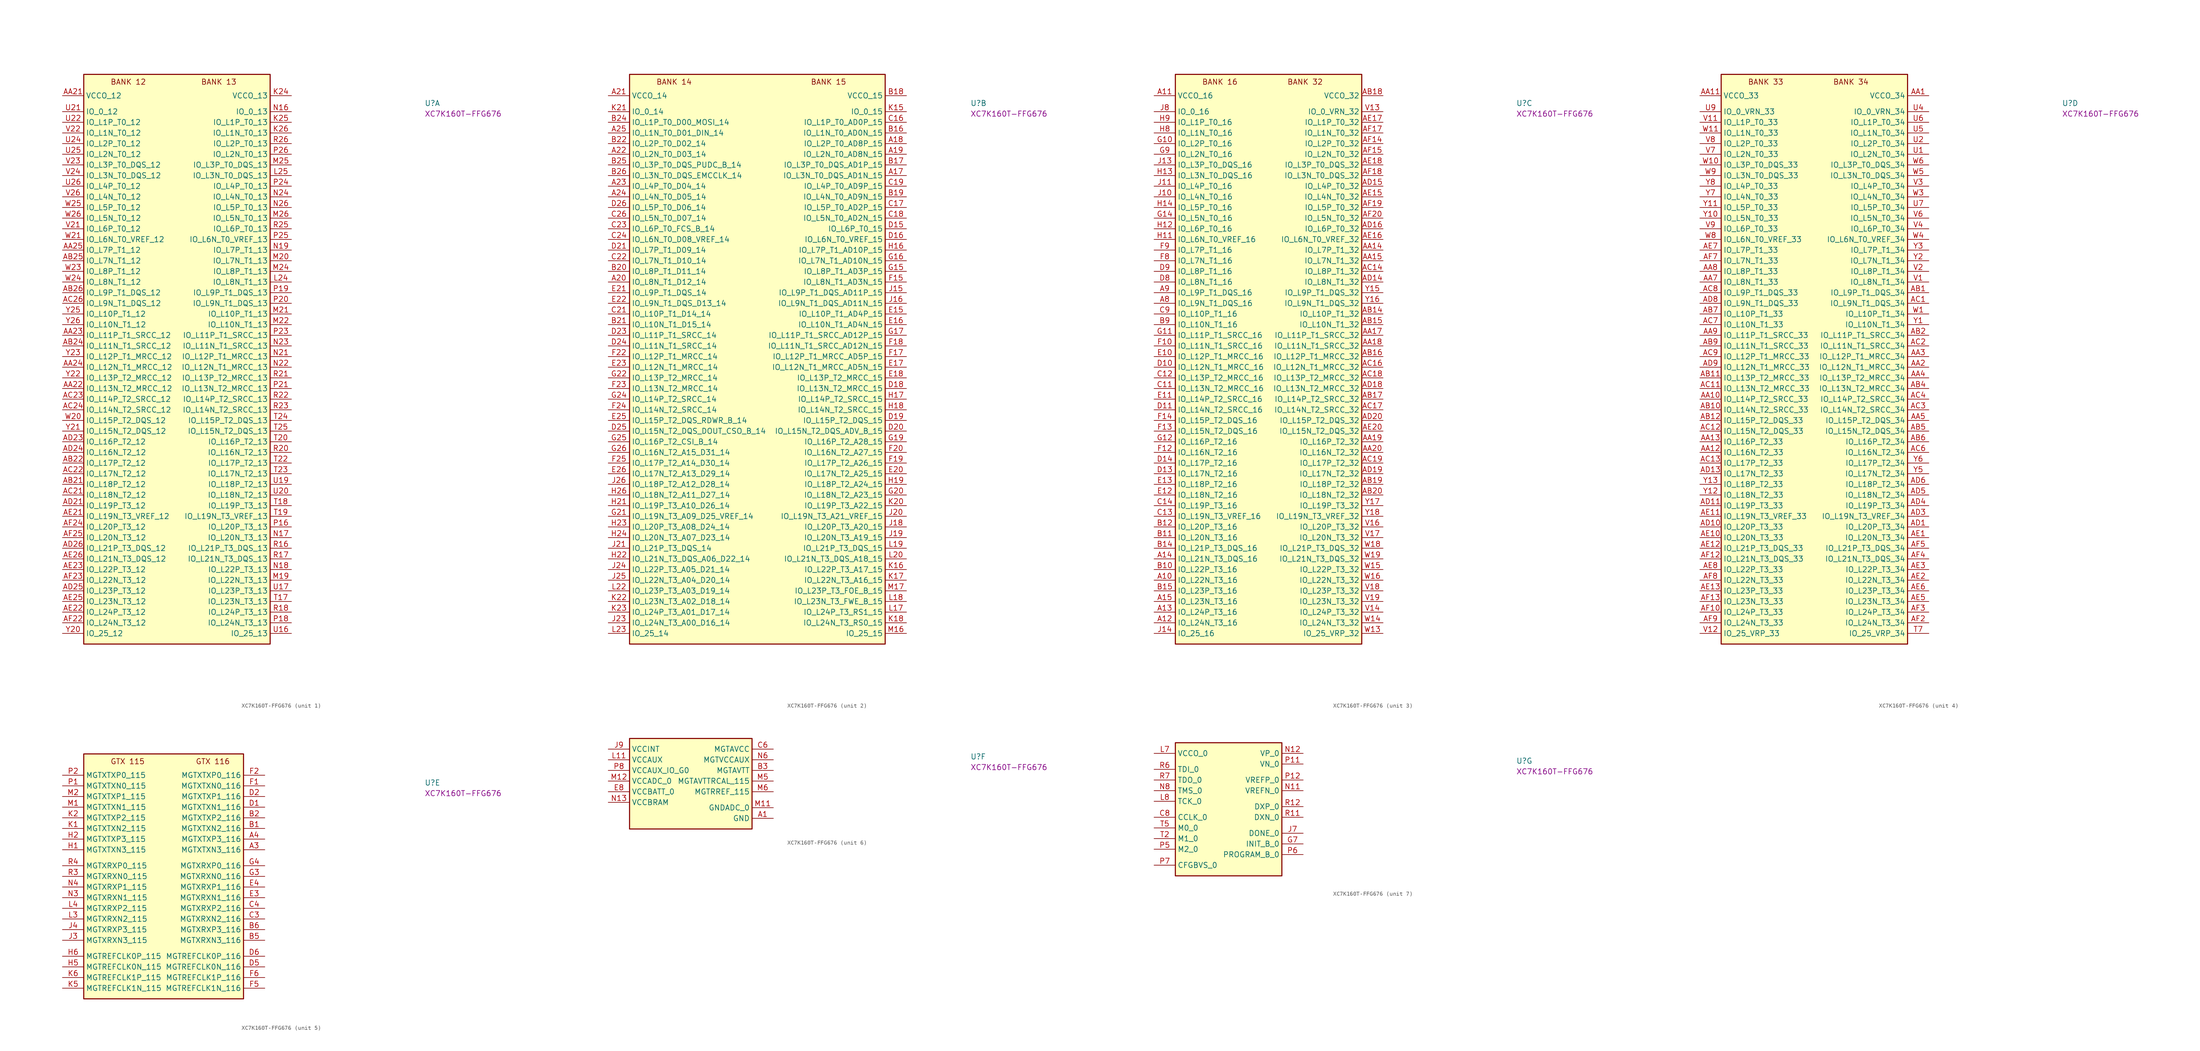
<source format=kicad_sym>
(kicad_symbol_lib
  (version 20220914)
  (generator kicad_symbol_editor)
  (symbol "XC7K160T-FFG676"
    (property "Reference" "U"
      (at 86.36 -2.54 0)
      (effects (font (size 1.27 1.27) (thickness 0.15)) (justify left bottom)))
    (property "MPN" "XC7K160T-FFG676"
      (at 86.36 -5.08 0)
      (effects (font (size 1.27 1.27) (thickness 0.15)) (justify left bottom)))
    (property "ki_locked" ""
      (at 0 0 0)
      (effects (font (size 1.27 1.27))))
    (symbol "XC7K160T-FFG676_1_1"
      (rectangle (start 5.08 5.08) (end 49.53 -130.81) (stroke (width 0.254) (type default)) (fill (type background)))
      (text "BANK 12" (at 11.43 2.54 0) (effects (font (size 1.27 1.27) (thickness 0.15)) (justify left bottom)))
      (text "BANK 13" (at 33.02 2.54 0) (effects (font (size 1.27 1.27) (thickness 0.15)) (justify left bottom)))
      (pin power_in line (at 0 0 0) (length 5.08) (name "VCCO_12" (effects (font (size 1.27 1.27)))) (number "AA21" (effects (font (size 1.27 1.27)))))
      (pin bidirectional line (at 0 -69.85 0) (length 5.08) (name "IO_L13N_T2_MRCC_12" (effects (font (size 1.27 1.27)))) (number "AA22" (effects (font (size 1.27 1.27)))))
      (pin bidirectional line (at 0 -57.15 0) (length 5.08) (name "IO_L11P_T1_SRCC_12" (effects (font (size 1.27 1.27)))) (number "AA23" (effects (font (size 1.27 1.27)))))
      (pin bidirectional line (at 0 -64.77 0) (length 5.08) (name "IO_L12N_T1_MRCC_12" (effects (font (size 1.27 1.27)))) (number "AA24" (effects (font (size 1.27 1.27)))))
      (pin bidirectional line (at 0 -36.83 0) (length 5.08) (name "IO_L7P_T1_12" (effects (font (size 1.27 1.27)))) (number "AA25" (effects (font (size 1.27 1.27)))))
      (pin bidirectional line (at 0 -92.71 0) (length 5.08) (name "IO_L18P_T2_12" (effects (font (size 1.27 1.27)))) (number "AB21" (effects (font (size 1.27 1.27)))))
      (pin bidirectional line (at 0 -87.63 0) (length 5.08) (name "IO_L17P_T2_12" (effects (font (size 1.27 1.27)))) (number "AB22" (effects (font (size 1.27 1.27)))))
      (pin bidirectional line (at 0 -59.69 0) (length 5.08) (name "IO_L11N_T1_SRCC_12" (effects (font (size 1.27 1.27)))) (number "AB24" (effects (font (size 1.27 1.27)))))
      (pin bidirectional line (at 0 -39.37 0) (length 5.08) (name "IO_L7N_T1_12" (effects (font (size 1.27 1.27)))) (number "AB25" (effects (font (size 1.27 1.27)))))
      (pin bidirectional line (at 0 -46.99 0) (length 5.08) (name "IO_L9P_T1_DQS_12" (effects (font (size 1.27 1.27)))) (number "AB26" (effects (font (size 1.27 1.27)))))
      (pin bidirectional line (at 0 -95.25 0) (length 5.08) (name "IO_L18N_T2_12" (effects (font (size 1.27 1.27)))) (number "AC21" (effects (font (size 1.27 1.27)))))
      (pin bidirectional line (at 0 -90.17 0) (length 5.08) (name "IO_L17N_T2_12" (effects (font (size 1.27 1.27)))) (number "AC22" (effects (font (size 1.27 1.27)))))
      (pin bidirectional line (at 0 -72.39 0) (length 5.08) (name "IO_L14P_T2_SRCC_12" (effects (font (size 1.27 1.27)))) (number "AC23" (effects (font (size 1.27 1.27)))))
      (pin bidirectional line (at 0 -74.93 0) (length 5.08) (name "IO_L14N_T2_SRCC_12" (effects (font (size 1.27 1.27)))) (number "AC24" (effects (font (size 1.27 1.27)))))
      (pin passive line (at 0 0 0) (length 5.08) hide (name "VCCO_12" (effects (font (size 1.27 1.27)))) (number "AC25" (effects (font (size 1.27 1.27)))))
      (pin bidirectional line (at 0 -49.53 0) (length 5.08) (name "IO_L9N_T1_DQS_12" (effects (font (size 1.27 1.27)))) (number "AC26" (effects (font (size 1.27 1.27)))))
      (pin bidirectional line (at 0 -97.79 0) (length 5.08) (name "IO_L19P_T3_12" (effects (font (size 1.27 1.27)))) (number "AD21" (effects (font (size 1.27 1.27)))))
      (pin passive line (at 0 0 0) (length 5.08) hide (name "VCCO_12" (effects (font (size 1.27 1.27)))) (number "AD22" (effects (font (size 1.27 1.27)))))
      (pin bidirectional line (at 0 -82.55 0) (length 5.08) (name "IO_L16P_T2_12" (effects (font (size 1.27 1.27)))) (number "AD23" (effects (font (size 1.27 1.27)))))
      (pin bidirectional line (at 0 -85.09 0) (length 5.08) (name "IO_L16N_T2_12" (effects (font (size 1.27 1.27)))) (number "AD24" (effects (font (size 1.27 1.27)))))
      (pin bidirectional line (at 0 -118.11 0) (length 5.08) (name "IO_L23P_T3_12" (effects (font (size 1.27 1.27)))) (number "AD25" (effects (font (size 1.27 1.27)))))
      (pin bidirectional line (at 0 -107.95 0) (length 5.08) (name "IO_L21P_T3_DQS_12" (effects (font (size 1.27 1.27)))) (number "AD26" (effects (font (size 1.27 1.27)))))
      (pin bidirectional line (at 0 -100.33 0) (length 5.08) (name "IO_L19N_T3_VREF_12" (effects (font (size 1.27 1.27)))) (number "AE21" (effects (font (size 1.27 1.27)))))
      (pin bidirectional line (at 0 -123.19 0) (length 5.08) (name "IO_L24P_T3_12" (effects (font (size 1.27 1.27)))) (number "AE22" (effects (font (size 1.27 1.27)))))
      (pin bidirectional line (at 0 -113.03 0) (length 5.08) (name "IO_L22P_T3_12" (effects (font (size 1.27 1.27)))) (number "AE23" (effects (font (size 1.27 1.27)))))
      (pin bidirectional line (at 0 -120.65 0) (length 5.08) (name "IO_L23N_T3_12" (effects (font (size 1.27 1.27)))) (number "AE25" (effects (font (size 1.27 1.27)))))
      (pin bidirectional line (at 0 -110.49 0) (length 5.08) (name "IO_L21N_T3_DQS_12" (effects (font (size 1.27 1.27)))) (number "AE26" (effects (font (size 1.27 1.27)))))
      (pin bidirectional line (at 0 -125.73 0) (length 5.08) (name "IO_L24N_T3_12" (effects (font (size 1.27 1.27)))) (number "AF22" (effects (font (size 1.27 1.27)))))
      (pin bidirectional line (at 0 -115.57 0) (length 5.08) (name "IO_L22N_T3_12" (effects (font (size 1.27 1.27)))) (number "AF23" (effects (font (size 1.27 1.27)))))
      (pin bidirectional line (at 0 -102.87 0) (length 5.08) (name "IO_L20P_T3_12" (effects (font (size 1.27 1.27)))) (number "AF24" (effects (font (size 1.27 1.27)))))
      (pin bidirectional line (at 0 -105.41 0) (length 5.08) (name "IO_L20N_T3_12" (effects (font (size 1.27 1.27)))) (number "AF25" (effects (font (size 1.27 1.27)))))
      (pin passive line (at 0 0 0) (length 5.08) hide (name "VCCO_12" (effects (font (size 1.27 1.27)))) (number "AF26" (effects (font (size 1.27 1.27)))))
      (pin power_in line (at 54.61 0 180) (length 5.08) (name "VCCO_13" (effects (font (size 1.27 1.27)))) (number "K24" (effects (font (size 1.27 1.27)))))
      (pin bidirectional line (at 54.61 -6.35 180) (length 5.08) (name "IO_L1P_T0_13" (effects (font (size 1.27 1.27)))) (number "K25" (effects (font (size 1.27 1.27)))))
      (pin bidirectional line (at 54.61 -8.89 180) (length 5.08) (name "IO_L1N_T0_13" (effects (font (size 1.27 1.27)))) (number "K26" (effects (font (size 1.27 1.27)))))
      (pin bidirectional line (at 54.61 -44.45 180) (length 5.08) (name "IO_L8N_T1_13" (effects (font (size 1.27 1.27)))) (number "L24" (effects (font (size 1.27 1.27)))))
      (pin bidirectional line (at 54.61 -19.05 180) (length 5.08) (name "IO_L3N_T0_DQS_13" (effects (font (size 1.27 1.27)))) (number "L25" (effects (font (size 1.27 1.27)))))
      (pin bidirectional line (at 54.61 -115.57 180) (length 5.08) (name "IO_L22N_T3_13" (effects (font (size 1.27 1.27)))) (number "M19" (effects (font (size 1.27 1.27)))))
      (pin bidirectional line (at 54.61 -39.37 180) (length 5.08) (name "IO_L7N_T1_13" (effects (font (size 1.27 1.27)))) (number "M20" (effects (font (size 1.27 1.27)))))
      (pin bidirectional line (at 54.61 -52.07 180) (length 5.08) (name "IO_L10P_T1_13" (effects (font (size 1.27 1.27)))) (number "M21" (effects (font (size 1.27 1.27)))))
      (pin bidirectional line (at 54.61 -54.61 180) (length 5.08) (name "IO_L10N_T1_13" (effects (font (size 1.27 1.27)))) (number "M22" (effects (font (size 1.27 1.27)))))
      (pin bidirectional line (at 54.61 -41.91 180) (length 5.08) (name "IO_L8P_T1_13" (effects (font (size 1.27 1.27)))) (number "M24" (effects (font (size 1.27 1.27)))))
      (pin bidirectional line (at 54.61 -16.51 180) (length 5.08) (name "IO_L3P_T0_DQS_13" (effects (font (size 1.27 1.27)))) (number "M25" (effects (font (size 1.27 1.27)))))
      (pin bidirectional line (at 54.61 -29.21 180) (length 5.08) (name "IO_L5N_T0_13" (effects (font (size 1.27 1.27)))) (number "M26" (effects (font (size 1.27 1.27)))))
      (pin bidirectional line (at 54.61 -3.81 180) (length 5.08) (name "IO_0_13" (effects (font (size 1.27 1.27)))) (number "N16" (effects (font (size 1.27 1.27)))))
      (pin bidirectional line (at 54.61 -105.41 180) (length 5.08) (name "IO_L20N_T3_13" (effects (font (size 1.27 1.27)))) (number "N17" (effects (font (size 1.27 1.27)))))
      (pin bidirectional line (at 54.61 -113.03 180) (length 5.08) (name "IO_L22P_T3_13" (effects (font (size 1.27 1.27)))) (number "N18" (effects (font (size 1.27 1.27)))))
      (pin bidirectional line (at 54.61 -36.83 180) (length 5.08) (name "IO_L7P_T1_13" (effects (font (size 1.27 1.27)))) (number "N19" (effects (font (size 1.27 1.27)))))
      (pin bidirectional line (at 54.61 -62.23 180) (length 5.08) (name "IO_L12P_T1_MRCC_13" (effects (font (size 1.27 1.27)))) (number "N21" (effects (font (size 1.27 1.27)))))
      (pin bidirectional line (at 54.61 -64.77 180) (length 5.08) (name "IO_L12N_T1_MRCC_13" (effects (font (size 1.27 1.27)))) (number "N22" (effects (font (size 1.27 1.27)))))
      (pin bidirectional line (at 54.61 -59.69 180) (length 5.08) (name "IO_L11N_T1_SRCC_13" (effects (font (size 1.27 1.27)))) (number "N23" (effects (font (size 1.27 1.27)))))
      (pin bidirectional line (at 54.61 -24.13 180) (length 5.08) (name "IO_L4N_T0_13" (effects (font (size 1.27 1.27)))) (number "N24" (effects (font (size 1.27 1.27)))))
      (pin passive line (at 54.61 0 180) (length 5.08) hide (name "VCCO_13" (effects (font (size 1.27 1.27)))) (number "N25" (effects (font (size 1.27 1.27)))))
      (pin bidirectional line (at 54.61 -26.67 180) (length 5.08) (name "IO_L5P_T0_13" (effects (font (size 1.27 1.27)))) (number "N26" (effects (font (size 1.27 1.27)))))
      (pin bidirectional line (at 54.61 -102.87 180) (length 5.08) (name "IO_L20P_T3_13" (effects (font (size 1.27 1.27)))) (number "P16" (effects (font (size 1.27 1.27)))))
      (pin bidirectional line (at 54.61 -125.73 180) (length 5.08) (name "IO_L24N_T3_13" (effects (font (size 1.27 1.27)))) (number "P18" (effects (font (size 1.27 1.27)))))
      (pin bidirectional line (at 54.61 -46.99 180) (length 5.08) (name "IO_L9P_T1_DQS_13" (effects (font (size 1.27 1.27)))) (number "P19" (effects (font (size 1.27 1.27)))))
      (pin bidirectional line (at 54.61 -49.53 180) (length 5.08) (name "IO_L9N_T1_DQS_13" (effects (font (size 1.27 1.27)))) (number "P20" (effects (font (size 1.27 1.27)))))
      (pin bidirectional line (at 54.61 -69.85 180) (length 5.08) (name "IO_L13N_T2_MRCC_13" (effects (font (size 1.27 1.27)))) (number "P21" (effects (font (size 1.27 1.27)))))
      (pin passive line (at 54.61 0 180) (length 5.08) hide (name "VCCO_13" (effects (font (size 1.27 1.27)))) (number "P22" (effects (font (size 1.27 1.27)))))
      (pin bidirectional line (at 54.61 -57.15 180) (length 5.08) (name "IO_L11P_T1_SRCC_13" (effects (font (size 1.27 1.27)))) (number "P23" (effects (font (size 1.27 1.27)))))
      (pin bidirectional line (at 54.61 -21.59 180) (length 5.08) (name "IO_L4P_T0_13" (effects (font (size 1.27 1.27)))) (number "P24" (effects (font (size 1.27 1.27)))))
      (pin bidirectional line (at 54.61 -34.29 180) (length 5.08) (name "IO_L6N_T0_VREF_13" (effects (font (size 1.27 1.27)))) (number "P25" (effects (font (size 1.27 1.27)))))
      (pin bidirectional line (at 54.61 -13.97 180) (length 5.08) (name "IO_L2N_T0_13" (effects (font (size 1.27 1.27)))) (number "P26" (effects (font (size 1.27 1.27)))))
      (pin bidirectional line (at 54.61 -107.95 180) (length 5.08) (name "IO_L21P_T3_DQS_13" (effects (font (size 1.27 1.27)))) (number "R16" (effects (font (size 1.27 1.27)))))
      (pin bidirectional line (at 54.61 -110.49 180) (length 5.08) (name "IO_L21N_T3_DQS_13" (effects (font (size 1.27 1.27)))) (number "R17" (effects (font (size 1.27 1.27)))))
      (pin bidirectional line (at 54.61 -123.19 180) (length 5.08) (name "IO_L24P_T3_13" (effects (font (size 1.27 1.27)))) (number "R18" (effects (font (size 1.27 1.27)))))
      (pin passive line (at 54.61 0 180) (length 5.08) hide (name "VCCO_13" (effects (font (size 1.27 1.27)))) (number "R19" (effects (font (size 1.27 1.27)))))
      (pin bidirectional line (at 54.61 -85.09 180) (length 5.08) (name "IO_L16N_T2_13" (effects (font (size 1.27 1.27)))) (number "R20" (effects (font (size 1.27 1.27)))))
      (pin bidirectional line (at 54.61 -67.31 180) (length 5.08) (name "IO_L13P_T2_MRCC_13" (effects (font (size 1.27 1.27)))) (number "R21" (effects (font (size 1.27 1.27)))))
      (pin bidirectional line (at 54.61 -72.39 180) (length 5.08) (name "IO_L14P_T2_SRCC_13" (effects (font (size 1.27 1.27)))) (number "R22" (effects (font (size 1.27 1.27)))))
      (pin bidirectional line (at 54.61 -74.93 180) (length 5.08) (name "IO_L14N_T2_SRCC_13" (effects (font (size 1.27 1.27)))) (number "R23" (effects (font (size 1.27 1.27)))))
      (pin bidirectional line (at 54.61 -31.75 180) (length 5.08) (name "IO_L6P_T0_13" (effects (font (size 1.27 1.27)))) (number "R25" (effects (font (size 1.27 1.27)))))
      (pin bidirectional line (at 54.61 -11.43 180) (length 5.08) (name "IO_L2P_T0_13" (effects (font (size 1.27 1.27)))) (number "R26" (effects (font (size 1.27 1.27)))))
      (pin passive line (at 54.61 0 180) (length 5.08) hide (name "VCCO_13" (effects (font (size 1.27 1.27)))) (number "T16" (effects (font (size 1.27 1.27)))))
      (pin bidirectional line (at 54.61 -120.65 180) (length 5.08) (name "IO_L23N_T3_13" (effects (font (size 1.27 1.27)))) (number "T17" (effects (font (size 1.27 1.27)))))
      (pin bidirectional line (at 54.61 -97.79 180) (length 5.08) (name "IO_L19P_T3_13" (effects (font (size 1.27 1.27)))) (number "T18" (effects (font (size 1.27 1.27)))))
      (pin bidirectional line (at 54.61 -100.33 180) (length 5.08) (name "IO_L19N_T3_VREF_13" (effects (font (size 1.27 1.27)))) (number "T19" (effects (font (size 1.27 1.27)))))
      (pin bidirectional line (at 54.61 -82.55 180) (length 5.08) (name "IO_L16P_T2_13" (effects (font (size 1.27 1.27)))) (number "T20" (effects (font (size 1.27 1.27)))))
      (pin bidirectional line (at 54.61 -87.63 180) (length 5.08) (name "IO_L17P_T2_13" (effects (font (size 1.27 1.27)))) (number "T22" (effects (font (size 1.27 1.27)))))
      (pin bidirectional line (at 54.61 -90.17 180) (length 5.08) (name "IO_L17N_T2_13" (effects (font (size 1.27 1.27)))) (number "T23" (effects (font (size 1.27 1.27)))))
      (pin bidirectional line (at 54.61 -77.47 180) (length 5.08) (name "IO_L15P_T2_DQS_13" (effects (font (size 1.27 1.27)))) (number "T24" (effects (font (size 1.27 1.27)))))
      (pin bidirectional line (at 54.61 -80.01 180) (length 5.08) (name "IO_L15N_T2_DQS_13" (effects (font (size 1.27 1.27)))) (number "T25" (effects (font (size 1.27 1.27)))))
      (pin passive line (at 54.61 0 180) (length 5.08) hide (name "VCCO_13" (effects (font (size 1.27 1.27)))) (number "T26" (effects (font (size 1.27 1.27)))))
      (pin bidirectional line (at 54.61 -128.27 180) (length 5.08) (name "IO_25_13" (effects (font (size 1.27 1.27)))) (number "U16" (effects (font (size 1.27 1.27)))))
      (pin bidirectional line (at 54.61 -118.11 180) (length 5.08) (name "IO_L23P_T3_13" (effects (font (size 1.27 1.27)))) (number "U17" (effects (font (size 1.27 1.27)))))
      (pin bidirectional line (at 54.61 -92.71 180) (length 5.08) (name "IO_L18P_T2_13" (effects (font (size 1.27 1.27)))) (number "U19" (effects (font (size 1.27 1.27)))))
      (pin bidirectional line (at 54.61 -95.25 180) (length 5.08) (name "IO_L18N_T2_13" (effects (font (size 1.27 1.27)))) (number "U20" (effects (font (size 1.27 1.27)))))
      (pin bidirectional line (at 0 -3.81 0) (length 5.08) (name "IO_0_12" (effects (font (size 1.27 1.27)))) (number "U21" (effects (font (size 1.27 1.27)))))
      (pin bidirectional line (at 0 -6.35 0) (length 5.08) (name "IO_L1P_T0_12" (effects (font (size 1.27 1.27)))) (number "U22" (effects (font (size 1.27 1.27)))))
      (pin passive line (at 0 0 0) (length 5.08) hide (name "VCCO_12" (effects (font (size 1.27 1.27)))) (number "U23" (effects (font (size 1.27 1.27)))))
      (pin bidirectional line (at 0 -11.43 0) (length 5.08) (name "IO_L2P_T0_12" (effects (font (size 1.27 1.27)))) (number "U24" (effects (font (size 1.27 1.27)))))
      (pin bidirectional line (at 0 -13.97 0) (length 5.08) (name "IO_L2N_T0_12" (effects (font (size 1.27 1.27)))) (number "U25" (effects (font (size 1.27 1.27)))))
      (pin bidirectional line (at 0 -21.59 0) (length 5.08) (name "IO_L4P_T0_12" (effects (font (size 1.27 1.27)))) (number "U26" (effects (font (size 1.27 1.27)))))
      (pin passive line (at 0 0 0) (length 5.08) hide (name "VCCO_12" (effects (font (size 1.27 1.27)))) (number "V20" (effects (font (size 1.27 1.27)))))
      (pin bidirectional line (at 0 -31.75 0) (length 5.08) (name "IO_L6P_T0_12" (effects (font (size 1.27 1.27)))) (number "V21" (effects (font (size 1.27 1.27)))))
      (pin bidirectional line (at 0 -8.89 0) (length 5.08) (name "IO_L1N_T0_12" (effects (font (size 1.27 1.27)))) (number "V22" (effects (font (size 1.27 1.27)))))
      (pin bidirectional line (at 0 -16.51 0) (length 5.08) (name "IO_L3P_T0_DQS_12" (effects (font (size 1.27 1.27)))) (number "V23" (effects (font (size 1.27 1.27)))))
      (pin bidirectional line (at 0 -19.05 0) (length 5.08) (name "IO_L3N_T0_DQS_12" (effects (font (size 1.27 1.27)))) (number "V24" (effects (font (size 1.27 1.27)))))
      (pin bidirectional line (at 0 -24.13 0) (length 5.08) (name "IO_L4N_T0_12" (effects (font (size 1.27 1.27)))) (number "V26" (effects (font (size 1.27 1.27)))))
      (pin bidirectional line (at 0 -77.47 0) (length 5.08) (name "IO_L15P_T2_DQS_12" (effects (font (size 1.27 1.27)))) (number "W20" (effects (font (size 1.27 1.27)))))
      (pin bidirectional line (at 0 -34.29 0) (length 5.08) (name "IO_L6N_T0_VREF_12" (effects (font (size 1.27 1.27)))) (number "W21" (effects (font (size 1.27 1.27)))))
      (pin bidirectional line (at 0 -41.91 0) (length 5.08) (name "IO_L8P_T1_12" (effects (font (size 1.27 1.27)))) (number "W23" (effects (font (size 1.27 1.27)))))
      (pin bidirectional line (at 0 -44.45 0) (length 5.08) (name "IO_L8N_T1_12" (effects (font (size 1.27 1.27)))) (number "W24" (effects (font (size 1.27 1.27)))))
      (pin bidirectional line (at 0 -26.67 0) (length 5.08) (name "IO_L5P_T0_12" (effects (font (size 1.27 1.27)))) (number "W25" (effects (font (size 1.27 1.27)))))
      (pin bidirectional line (at 0 -29.21 0) (length 5.08) (name "IO_L5N_T0_12" (effects (font (size 1.27 1.27)))) (number "W26" (effects (font (size 1.27 1.27)))))
      (pin bidirectional line (at 0 -128.27 0) (length 5.08) (name "IO_25_12" (effects (font (size 1.27 1.27)))) (number "Y20" (effects (font (size 1.27 1.27)))))
      (pin bidirectional line (at 0 -80.01 0) (length 5.08) (name "IO_L15N_T2_DQS_12" (effects (font (size 1.27 1.27)))) (number "Y21" (effects (font (size 1.27 1.27)))))
      (pin bidirectional line (at 0 -67.31 0) (length 5.08) (name "IO_L13P_T2_MRCC_12" (effects (font (size 1.27 1.27)))) (number "Y22" (effects (font (size 1.27 1.27)))))
      (pin bidirectional line (at 0 -62.23 0) (length 5.08) (name "IO_L12P_T1_MRCC_12" (effects (font (size 1.27 1.27)))) (number "Y23" (effects (font (size 1.27 1.27)))))
      (pin passive line (at 0 0 0) (length 5.08) hide (name "VCCO_12" (effects (font (size 1.27 1.27)))) (number "Y24" (effects (font (size 1.27 1.27)))))
      (pin bidirectional line (at 0 -52.07 0) (length 5.08) (name "IO_L10P_T1_12" (effects (font (size 1.27 1.27)))) (number "Y25" (effects (font (size 1.27 1.27)))))
      (pin bidirectional line (at 0 -54.61 0) (length 5.08) (name "IO_L10N_T1_12" (effects (font (size 1.27 1.27)))) (number "Y26" (effects (font (size 1.27 1.27))))))
    (symbol "XC7K160T-FFG676_2_1"
      (rectangle (start 5.08 5.08) (end 66.04 -130.81) (stroke (width 0.254) (type default)) (fill (type background)))
      (text "BANK 14" (at 11.43 2.54 0) (effects (font (size 1.27 1.27) (thickness 0.15)) (justify left bottom)))
      (text "BANK 15" (at 48.26 2.54 0) (effects (font (size 1.27 1.27) (thickness 0.15)) (justify left bottom)))
      (pin bidirectional line (at 71.12 -19.05 180) (length 5.08) (name "IO_L3N_T0_DQS_AD1N_15" (effects (font (size 1.27 1.27)))) (number "A17" (effects (font (size 1.27 1.27)))))
      (pin bidirectional line (at 71.12 -11.43 180) (length 5.08) (name "IO_L2P_T0_AD8P_15" (effects (font (size 1.27 1.27)))) (number "A18" (effects (font (size 1.27 1.27)))))
      (pin bidirectional line (at 71.12 -13.97 180) (length 5.08) (name "IO_L2N_T0_AD8N_15" (effects (font (size 1.27 1.27)))) (number "A19" (effects (font (size 1.27 1.27)))))
      (pin bidirectional line (at 0 -44.45 0) (length 5.08) (name "IO_L8N_T1_D12_14" (effects (font (size 1.27 1.27)))) (number "A20" (effects (font (size 1.27 1.27)))))
      (pin power_in line (at 0 0 0) (length 5.08) (name "VCCO_14" (effects (font (size 1.27 1.27)))) (number "A21" (effects (font (size 1.27 1.27)))))
      (pin bidirectional line (at 0 -13.97 0) (length 5.08) (name "IO_L2N_T0_D03_14" (effects (font (size 1.27 1.27)))) (number "A22" (effects (font (size 1.27 1.27)))))
      (pin bidirectional line (at 0 -21.59 0) (length 5.08) (name "IO_L4P_T0_D04_14" (effects (font (size 1.27 1.27)))) (number "A23" (effects (font (size 1.27 1.27)))))
      (pin bidirectional line (at 0 -24.13 0) (length 5.08) (name "IO_L4N_T0_D05_14" (effects (font (size 1.27 1.27)))) (number "A24" (effects (font (size 1.27 1.27)))))
      (pin bidirectional line (at 0 -8.89 0) (length 5.08) (name "IO_L1N_T0_D01_DIN_14" (effects (font (size 1.27 1.27)))) (number "A25" (effects (font (size 1.27 1.27)))))
      (pin bidirectional line (at 71.12 -8.89 180) (length 5.08) (name "IO_L1N_T0_AD0N_15" (effects (font (size 1.27 1.27)))) (number "B16" (effects (font (size 1.27 1.27)))))
      (pin bidirectional line (at 71.12 -16.51 180) (length 5.08) (name "IO_L3P_T0_DQS_AD1P_15" (effects (font (size 1.27 1.27)))) (number "B17" (effects (font (size 1.27 1.27)))))
      (pin power_in line (at 71.12 0 180) (length 5.08) (name "VCCO_15" (effects (font (size 1.27 1.27)))) (number "B18" (effects (font (size 1.27 1.27)))))
      (pin bidirectional line (at 71.12 -24.13 180) (length 5.08) (name "IO_L4N_T0_AD9N_15" (effects (font (size 1.27 1.27)))) (number "B19" (effects (font (size 1.27 1.27)))))
      (pin bidirectional line (at 0 -41.91 0) (length 5.08) (name "IO_L8P_T1_D11_14" (effects (font (size 1.27 1.27)))) (number "B20" (effects (font (size 1.27 1.27)))))
      (pin bidirectional line (at 0 -54.61 0) (length 5.08) (name "IO_L10N_T1_D15_14" (effects (font (size 1.27 1.27)))) (number "B21" (effects (font (size 1.27 1.27)))))
      (pin bidirectional line (at 0 -11.43 0) (length 5.08) (name "IO_L2P_T0_D02_14" (effects (font (size 1.27 1.27)))) (number "B22" (effects (font (size 1.27 1.27)))))
      (pin bidirectional line (at 0 -6.35 0) (length 5.08) (name "IO_L1P_T0_D00_MOSI_14" (effects (font (size 1.27 1.27)))) (number "B24" (effects (font (size 1.27 1.27)))))
      (pin bidirectional line (at 0 -16.51 0) (length 5.08) (name "IO_L3P_T0_DQS_PUDC_B_14" (effects (font (size 1.27 1.27)))) (number "B25" (effects (font (size 1.27 1.27)))))
      (pin bidirectional line (at 0 -19.05 0) (length 5.08) (name "IO_L3N_T0_DQS_EMCCLK_14" (effects (font (size 1.27 1.27)))) (number "B26" (effects (font (size 1.27 1.27)))))
      (pin bidirectional line (at 71.12 -6.35 180) (length 5.08) (name "IO_L1P_T0_AD0P_15" (effects (font (size 1.27 1.27)))) (number "C16" (effects (font (size 1.27 1.27)))))
      (pin bidirectional line (at 71.12 -26.67 180) (length 5.08) (name "IO_L5P_T0_AD2P_15" (effects (font (size 1.27 1.27)))) (number "C17" (effects (font (size 1.27 1.27)))))
      (pin bidirectional line (at 71.12 -29.21 180) (length 5.08) (name "IO_L5N_T0_AD2N_15" (effects (font (size 1.27 1.27)))) (number "C18" (effects (font (size 1.27 1.27)))))
      (pin bidirectional line (at 71.12 -21.59 180) (length 5.08) (name "IO_L4P_T0_AD9P_15" (effects (font (size 1.27 1.27)))) (number "C19" (effects (font (size 1.27 1.27)))))
      (pin bidirectional line (at 0 -52.07 0) (length 5.08) (name "IO_L10P_T1_D14_14" (effects (font (size 1.27 1.27)))) (number "C21" (effects (font (size 1.27 1.27)))))
      (pin bidirectional line (at 0 -39.37 0) (length 5.08) (name "IO_L7N_T1_D10_14" (effects (font (size 1.27 1.27)))) (number "C22" (effects (font (size 1.27 1.27)))))
      (pin bidirectional line (at 0 -31.75 0) (length 5.08) (name "IO_L6P_T0_FCS_B_14" (effects (font (size 1.27 1.27)))) (number "C23" (effects (font (size 1.27 1.27)))))
      (pin bidirectional line (at 0 -34.29 0) (length 5.08) (name "IO_L6N_T0_D08_VREF_14" (effects (font (size 1.27 1.27)))) (number "C24" (effects (font (size 1.27 1.27)))))
      (pin passive line (at 0 0 0) (length 5.08) hide (name "VCCO_14" (effects (font (size 1.27 1.27)))) (number "C25" (effects (font (size 1.27 1.27)))))
      (pin bidirectional line (at 0 -29.21 0) (length 5.08) (name "IO_L5N_T0_D07_14" (effects (font (size 1.27 1.27)))) (number "C26" (effects (font (size 1.27 1.27)))))
      (pin bidirectional line (at 71.12 -31.75 180) (length 5.08) (name "IO_L6P_T0_15" (effects (font (size 1.27 1.27)))) (number "D15" (effects (font (size 1.27 1.27)))))
      (pin bidirectional line (at 71.12 -34.29 180) (length 5.08) (name "IO_L6N_T0_VREF_15" (effects (font (size 1.27 1.27)))) (number "D16" (effects (font (size 1.27 1.27)))))
      (pin bidirectional line (at 71.12 -69.85 180) (length 5.08) (name "IO_L13N_T2_MRCC_15" (effects (font (size 1.27 1.27)))) (number "D18" (effects (font (size 1.27 1.27)))))
      (pin bidirectional line (at 71.12 -77.47 180) (length 5.08) (name "IO_L15P_T2_DQS_15" (effects (font (size 1.27 1.27)))) (number "D19" (effects (font (size 1.27 1.27)))))
      (pin bidirectional line (at 71.12 -80.01 180) (length 5.08) (name "IO_L15N_T2_DQS_ADV_B_15" (effects (font (size 1.27 1.27)))) (number "D20" (effects (font (size 1.27 1.27)))))
      (pin bidirectional line (at 0 -36.83 0) (length 5.08) (name "IO_L7P_T1_D09_14" (effects (font (size 1.27 1.27)))) (number "D21" (effects (font (size 1.27 1.27)))))
      (pin passive line (at 0 0 0) (length 5.08) hide (name "VCCO_14" (effects (font (size 1.27 1.27)))) (number "D22" (effects (font (size 1.27 1.27)))))
      (pin bidirectional line (at 0 -57.15 0) (length 5.08) (name "IO_L11P_T1_SRCC_14" (effects (font (size 1.27 1.27)))) (number "D23" (effects (font (size 1.27 1.27)))))
      (pin bidirectional line (at 0 -59.69 0) (length 5.08) (name "IO_L11N_T1_SRCC_14" (effects (font (size 1.27 1.27)))) (number "D24" (effects (font (size 1.27 1.27)))))
      (pin bidirectional line (at 0 -80.01 0) (length 5.08) (name "IO_L15N_T2_DQS_DOUT_CSO_B_14" (effects (font (size 1.27 1.27)))) (number "D25" (effects (font (size 1.27 1.27)))))
      (pin bidirectional line (at 0 -26.67 0) (length 5.08) (name "IO_L5P_T0_D06_14" (effects (font (size 1.27 1.27)))) (number "D26" (effects (font (size 1.27 1.27)))))
      (pin bidirectional line (at 71.12 -52.07 180) (length 5.08) (name "IO_L10P_T1_AD4P_15" (effects (font (size 1.27 1.27)))) (number "E15" (effects (font (size 1.27 1.27)))))
      (pin bidirectional line (at 71.12 -54.61 180) (length 5.08) (name "IO_L10N_T1_AD4N_15" (effects (font (size 1.27 1.27)))) (number "E16" (effects (font (size 1.27 1.27)))))
      (pin bidirectional line (at 71.12 -64.77 180) (length 5.08) (name "IO_L12N_T1_MRCC_AD5N_15" (effects (font (size 1.27 1.27)))) (number "E17" (effects (font (size 1.27 1.27)))))
      (pin bidirectional line (at 71.12 -67.31 180) (length 5.08) (name "IO_L13P_T2_MRCC_15" (effects (font (size 1.27 1.27)))) (number "E18" (effects (font (size 1.27 1.27)))))
      (pin passive line (at 71.12 0 180) (length 5.08) hide (name "VCCO_15" (effects (font (size 1.27 1.27)))) (number "E19" (effects (font (size 1.27 1.27)))))
      (pin bidirectional line (at 71.12 -90.17 180) (length 5.08) (name "IO_L17N_T2_A25_15" (effects (font (size 1.27 1.27)))) (number "E20" (effects (font (size 1.27 1.27)))))
      (pin bidirectional line (at 0 -46.99 0) (length 5.08) (name "IO_L9P_T1_DQS_14" (effects (font (size 1.27 1.27)))) (number "E21" (effects (font (size 1.27 1.27)))))
      (pin bidirectional line (at 0 -49.53 0) (length 5.08) (name "IO_L9N_T1_DQS_D13_14" (effects (font (size 1.27 1.27)))) (number "E22" (effects (font (size 1.27 1.27)))))
      (pin bidirectional line (at 0 -64.77 0) (length 5.08) (name "IO_L12N_T1_MRCC_14" (effects (font (size 1.27 1.27)))) (number "E23" (effects (font (size 1.27 1.27)))))
      (pin bidirectional line (at 0 -77.47 0) (length 5.08) (name "IO_L15P_T2_DQS_RDWR_B_14" (effects (font (size 1.27 1.27)))) (number "E25" (effects (font (size 1.27 1.27)))))
      (pin bidirectional line (at 0 -90.17 0) (length 5.08) (name "IO_L17N_T2_A13_D29_14" (effects (font (size 1.27 1.27)))) (number "E26" (effects (font (size 1.27 1.27)))))
      (pin bidirectional line (at 71.12 -44.45 180) (length 5.08) (name "IO_L8N_T1_AD3N_15" (effects (font (size 1.27 1.27)))) (number "F15" (effects (font (size 1.27 1.27)))))
      (pin passive line (at 71.12 0 180) (length 5.08) hide (name "VCCO_15" (effects (font (size 1.27 1.27)))) (number "F16" (effects (font (size 1.27 1.27)))))
      (pin bidirectional line (at 71.12 -62.23 180) (length 5.08) (name "IO_L12P_T1_MRCC_AD5P_15" (effects (font (size 1.27 1.27)))) (number "F17" (effects (font (size 1.27 1.27)))))
      (pin bidirectional line (at 71.12 -59.69 180) (length 5.08) (name "IO_L11N_T1_SRCC_AD12N_15" (effects (font (size 1.27 1.27)))) (number "F18" (effects (font (size 1.27 1.27)))))
      (pin bidirectional line (at 71.12 -87.63 180) (length 5.08) (name "IO_L17P_T2_A26_15" (effects (font (size 1.27 1.27)))) (number "F19" (effects (font (size 1.27 1.27)))))
      (pin bidirectional line (at 71.12 -85.09 180) (length 5.08) (name "IO_L16N_T2_A27_15" (effects (font (size 1.27 1.27)))) (number "F20" (effects (font (size 1.27 1.27)))))
      (pin bidirectional line (at 0 -62.23 0) (length 5.08) (name "IO_L12P_T1_MRCC_14" (effects (font (size 1.27 1.27)))) (number "F22" (effects (font (size 1.27 1.27)))))
      (pin bidirectional line (at 0 -69.85 0) (length 5.08) (name "IO_L13N_T2_MRCC_14" (effects (font (size 1.27 1.27)))) (number "F23" (effects (font (size 1.27 1.27)))))
      (pin bidirectional line (at 0 -74.93 0) (length 5.08) (name "IO_L14N_T2_SRCC_14" (effects (font (size 1.27 1.27)))) (number "F24" (effects (font (size 1.27 1.27)))))
      (pin bidirectional line (at 0 -87.63 0) (length 5.08) (name "IO_L17P_T2_A14_D30_14" (effects (font (size 1.27 1.27)))) (number "F25" (effects (font (size 1.27 1.27)))))
      (pin passive line (at 0 0 0) (length 5.08) hide (name "VCCO_14" (effects (font (size 1.27 1.27)))) (number "F26" (effects (font (size 1.27 1.27)))))
      (pin bidirectional line (at 71.12 -41.91 180) (length 5.08) (name "IO_L8P_T1_AD3P_15" (effects (font (size 1.27 1.27)))) (number "G15" (effects (font (size 1.27 1.27)))))
      (pin bidirectional line (at 71.12 -39.37 180) (length 5.08) (name "IO_L7N_T1_AD10N_15" (effects (font (size 1.27 1.27)))) (number "G16" (effects (font (size 1.27 1.27)))))
      (pin bidirectional line (at 71.12 -57.15 180) (length 5.08) (name "IO_L11P_T1_SRCC_AD12P_15" (effects (font (size 1.27 1.27)))) (number "G17" (effects (font (size 1.27 1.27)))))
      (pin bidirectional line (at 71.12 -82.55 180) (length 5.08) (name "IO_L16P_T2_A28_15" (effects (font (size 1.27 1.27)))) (number "G19" (effects (font (size 1.27 1.27)))))
      (pin bidirectional line (at 71.12 -95.25 180) (length 5.08) (name "IO_L18N_T2_A23_15" (effects (font (size 1.27 1.27)))) (number "G20" (effects (font (size 1.27 1.27)))))
      (pin bidirectional line (at 0 -100.33 0) (length 5.08) (name "IO_L19N_T3_A09_D25_VREF_14" (effects (font (size 1.27 1.27)))) (number "G21" (effects (font (size 1.27 1.27)))))
      (pin bidirectional line (at 0 -67.31 0) (length 5.08) (name "IO_L13P_T2_MRCC_14" (effects (font (size 1.27 1.27)))) (number "G22" (effects (font (size 1.27 1.27)))))
      (pin passive line (at 0 0 0) (length 5.08) hide (name "VCCO_14" (effects (font (size 1.27 1.27)))) (number "G23" (effects (font (size 1.27 1.27)))))
      (pin bidirectional line (at 0 -72.39 0) (length 5.08) (name "IO_L14P_T2_SRCC_14" (effects (font (size 1.27 1.27)))) (number "G24" (effects (font (size 1.27 1.27)))))
      (pin bidirectional line (at 0 -82.55 0) (length 5.08) (name "IO_L16P_T2_CSI_B_14" (effects (font (size 1.27 1.27)))) (number "G25" (effects (font (size 1.27 1.27)))))
      (pin bidirectional line (at 0 -85.09 0) (length 5.08) (name "IO_L16N_T2_A15_D31_14" (effects (font (size 1.27 1.27)))) (number "G26" (effects (font (size 1.27 1.27)))))
      (pin bidirectional line (at 71.12 -36.83 180) (length 5.08) (name "IO_L7P_T1_AD10P_15" (effects (font (size 1.27 1.27)))) (number "H16" (effects (font (size 1.27 1.27)))))
      (pin bidirectional line (at 71.12 -72.39 180) (length 5.08) (name "IO_L14P_T2_SRCC_15" (effects (font (size 1.27 1.27)))) (number "H17" (effects (font (size 1.27 1.27)))))
      (pin bidirectional line (at 71.12 -74.93 180) (length 5.08) (name "IO_L14N_T2_SRCC_15" (effects (font (size 1.27 1.27)))) (number "H18" (effects (font (size 1.27 1.27)))))
      (pin bidirectional line (at 71.12 -92.71 180) (length 5.08) (name "IO_L18P_T2_A24_15" (effects (font (size 1.27 1.27)))) (number "H19" (effects (font (size 1.27 1.27)))))
      (pin passive line (at 71.12 0 180) (length 5.08) hide (name "VCCO_15" (effects (font (size 1.27 1.27)))) (number "H20" (effects (font (size 1.27 1.27)))))
      (pin bidirectional line (at 0 -97.79 0) (length 5.08) (name "IO_L19P_T3_A10_D26_14" (effects (font (size 1.27 1.27)))) (number "H21" (effects (font (size 1.27 1.27)))))
      (pin bidirectional line (at 0 -110.49 0) (length 5.08) (name "IO_L21N_T3_DQS_A06_D22_14" (effects (font (size 1.27 1.27)))) (number "H22" (effects (font (size 1.27 1.27)))))
      (pin bidirectional line (at 0 -102.87 0) (length 5.08) (name "IO_L20P_T3_A08_D24_14" (effects (font (size 1.27 1.27)))) (number "H23" (effects (font (size 1.27 1.27)))))
      (pin bidirectional line (at 0 -105.41 0) (length 5.08) (name "IO_L20N_T3_A07_D23_14" (effects (font (size 1.27 1.27)))) (number "H24" (effects (font (size 1.27 1.27)))))
      (pin bidirectional line (at 0 -95.25 0) (length 5.08) (name "IO_L18N_T2_A11_D27_14" (effects (font (size 1.27 1.27)))) (number "H26" (effects (font (size 1.27 1.27)))))
      (pin bidirectional line (at 71.12 -46.99 180) (length 5.08) (name "IO_L9P_T1_DQS_AD11P_15" (effects (font (size 1.27 1.27)))) (number "J15" (effects (font (size 1.27 1.27)))))
      (pin bidirectional line (at 71.12 -49.53 180) (length 5.08) (name "IO_L9N_T1_DQS_AD11N_15" (effects (font (size 1.27 1.27)))) (number "J16" (effects (font (size 1.27 1.27)))))
      (pin passive line (at 71.12 0 180) (length 5.08) hide (name "VCCO_15" (effects (font (size 1.27 1.27)))) (number "J17" (effects (font (size 1.27 1.27)))))
      (pin bidirectional line (at 71.12 -102.87 180) (length 5.08) (name "IO_L20P_T3_A20_15" (effects (font (size 1.27 1.27)))) (number "J18" (effects (font (size 1.27 1.27)))))
      (pin bidirectional line (at 71.12 -105.41 180) (length 5.08) (name "IO_L20N_T3_A19_15" (effects (font (size 1.27 1.27)))) (number "J19" (effects (font (size 1.27 1.27)))))
      (pin bidirectional line (at 71.12 -100.33 180) (length 5.08) (name "IO_L19N_T3_A21_VREF_15" (effects (font (size 1.27 1.27)))) (number "J20" (effects (font (size 1.27 1.27)))))
      (pin bidirectional line (at 0 -107.95 0) (length 5.08) (name "IO_L21P_T3_DQS_14" (effects (font (size 1.27 1.27)))) (number "J21" (effects (font (size 1.27 1.27)))))
      (pin bidirectional line (at 0 -125.73 0) (length 5.08) (name "IO_L24N_T3_A00_D16_14" (effects (font (size 1.27 1.27)))) (number "J23" (effects (font (size 1.27 1.27)))))
      (pin bidirectional line (at 0 -113.03 0) (length 5.08) (name "IO_L22P_T3_A05_D21_14" (effects (font (size 1.27 1.27)))) (number "J24" (effects (font (size 1.27 1.27)))))
      (pin bidirectional line (at 0 -115.57 0) (length 5.08) (name "IO_L22N_T3_A04_D20_14" (effects (font (size 1.27 1.27)))) (number "J25" (effects (font (size 1.27 1.27)))))
      (pin bidirectional line (at 0 -92.71 0) (length 5.08) (name "IO_L18P_T2_A12_D28_14" (effects (font (size 1.27 1.27)))) (number "J26" (effects (font (size 1.27 1.27)))))
      (pin bidirectional line (at 71.12 -3.81 180) (length 5.08) (name "IO_0_15" (effects (font (size 1.27 1.27)))) (number "K15" (effects (font (size 1.27 1.27)))))
      (pin bidirectional line (at 71.12 -113.03 180) (length 5.08) (name "IO_L22P_T3_A17_15" (effects (font (size 1.27 1.27)))) (number "K16" (effects (font (size 1.27 1.27)))))
      (pin bidirectional line (at 71.12 -115.57 180) (length 5.08) (name "IO_L22N_T3_A16_15" (effects (font (size 1.27 1.27)))) (number "K17" (effects (font (size 1.27 1.27)))))
      (pin bidirectional line (at 71.12 -125.73 180) (length 5.08) (name "IO_L24N_T3_RS0_15" (effects (font (size 1.27 1.27)))) (number "K18" (effects (font (size 1.27 1.27)))))
      (pin bidirectional line (at 71.12 -97.79 180) (length 5.08) (name "IO_L19P_T3_A22_15" (effects (font (size 1.27 1.27)))) (number "K20" (effects (font (size 1.27 1.27)))))
      (pin bidirectional line (at 0 -3.81 0) (length 5.08) (name "IO_0_14" (effects (font (size 1.27 1.27)))) (number "K21" (effects (font (size 1.27 1.27)))))
      (pin bidirectional line (at 0 -120.65 0) (length 5.08) (name "IO_L23N_T3_A02_D18_14" (effects (font (size 1.27 1.27)))) (number "K22" (effects (font (size 1.27 1.27)))))
      (pin bidirectional line (at 0 -123.19 0) (length 5.08) (name "IO_L24P_T3_A01_D17_14" (effects (font (size 1.27 1.27)))) (number "K23" (effects (font (size 1.27 1.27)))))
      (pin bidirectional line (at 71.12 -123.19 180) (length 5.08) (name "IO_L24P_T3_RS1_15" (effects (font (size 1.27 1.27)))) (number "L17" (effects (font (size 1.27 1.27)))))
      (pin bidirectional line (at 71.12 -120.65 180) (length 5.08) (name "IO_L23N_T3_FWE_B_15" (effects (font (size 1.27 1.27)))) (number "L18" (effects (font (size 1.27 1.27)))))
      (pin bidirectional line (at 71.12 -107.95 180) (length 5.08) (name "IO_L21P_T3_DQS_15" (effects (font (size 1.27 1.27)))) (number "L19" (effects (font (size 1.27 1.27)))))
      (pin bidirectional line (at 71.12 -110.49 180) (length 5.08) (name "IO_L21N_T3_DQS_A18_15" (effects (font (size 1.27 1.27)))) (number "L20" (effects (font (size 1.27 1.27)))))
      (pin passive line (at 0 0 0) (length 5.08) hide (name "VCCO_14" (effects (font (size 1.27 1.27)))) (number "L21" (effects (font (size 1.27 1.27)))))
      (pin bidirectional line (at 0 -118.11 0) (length 5.08) (name "IO_L23P_T3_A03_D19_14" (effects (font (size 1.27 1.27)))) (number "L22" (effects (font (size 1.27 1.27)))))
      (pin bidirectional line (at 0 -128.27 0) (length 5.08) (name "IO_25_14" (effects (font (size 1.27 1.27)))) (number "L23" (effects (font (size 1.27 1.27)))))
      (pin bidirectional line (at 71.12 -128.27 180) (length 5.08) (name "IO_25_15" (effects (font (size 1.27 1.27)))) (number "M16" (effects (font (size 1.27 1.27)))))
      (pin bidirectional line (at 71.12 -118.11 180) (length 5.08) (name "IO_L23P_T3_FOE_B_15" (effects (font (size 1.27 1.27)))) (number "M17" (effects (font (size 1.27 1.27)))))
      (pin passive line (at 71.12 0 180) (length 5.08) hide (name "VCCO_15" (effects (font (size 1.27 1.27)))) (number "M18" (effects (font (size 1.27 1.27))))))
    (symbol "XC7K160T-FFG676_3_1"
      (rectangle (start 5.08 5.08) (end 49.53 -130.81) (stroke (width 0.254) (type default)) (fill (type background)))
      (text "BANK 16" (at 11.43 2.54 0) (effects (font (size 1.27 1.27) (thickness 0.15)) (justify left bottom)))
      (text "BANK 32" (at 31.75 2.54 0) (effects (font (size 1.27 1.27) (thickness 0.15)) (justify left bottom)))
      (pin bidirectional line (at 0 -115.57 0) (length 5.08) (name "IO_L22N_T3_16" (effects (font (size 1.27 1.27)))) (number "A10" (effects (font (size 1.27 1.27)))))
      (pin power_in line (at 0 0 0) (length 5.08) (name "VCCO_16" (effects (font (size 1.27 1.27)))) (number "A11" (effects (font (size 1.27 1.27)))))
      (pin bidirectional line (at 0 -125.73 0) (length 5.08) (name "IO_L24N_T3_16" (effects (font (size 1.27 1.27)))) (number "A12" (effects (font (size 1.27 1.27)))))
      (pin bidirectional line (at 0 -123.19 0) (length 5.08) (name "IO_L24P_T3_16" (effects (font (size 1.27 1.27)))) (number "A13" (effects (font (size 1.27 1.27)))))
      (pin bidirectional line (at 0 -110.49 0) (length 5.08) (name "IO_L21N_T3_DQS_16" (effects (font (size 1.27 1.27)))) (number "A14" (effects (font (size 1.27 1.27)))))
      (pin bidirectional line (at 0 -120.65 0) (length 5.08) (name "IO_L23N_T3_16" (effects (font (size 1.27 1.27)))) (number "A15" (effects (font (size 1.27 1.27)))))
      (pin bidirectional line (at 0 -49.53 0) (length 5.08) (name "IO_L9N_T1_DQS_16" (effects (font (size 1.27 1.27)))) (number "A8" (effects (font (size 1.27 1.27)))))
      (pin bidirectional line (at 0 -46.99 0) (length 5.08) (name "IO_L9P_T1_DQS_16" (effects (font (size 1.27 1.27)))) (number "A9" (effects (font (size 1.27 1.27)))))
      (pin bidirectional line (at 54.61 -36.83 180) (length 5.08) (name "IO_L7P_T1_32" (effects (font (size 1.27 1.27)))) (number "AA14" (effects (font (size 1.27 1.27)))))
      (pin bidirectional line (at 54.61 -39.37 180) (length 5.08) (name "IO_L7N_T1_32" (effects (font (size 1.27 1.27)))) (number "AA15" (effects (font (size 1.27 1.27)))))
      (pin bidirectional line (at 54.61 -57.15 180) (length 5.08) (name "IO_L11P_T1_SRCC_32" (effects (font (size 1.27 1.27)))) (number "AA17" (effects (font (size 1.27 1.27)))))
      (pin bidirectional line (at 54.61 -59.69 180) (length 5.08) (name "IO_L11N_T1_SRCC_32" (effects (font (size 1.27 1.27)))) (number "AA18" (effects (font (size 1.27 1.27)))))
      (pin bidirectional line (at 54.61 -82.55 180) (length 5.08) (name "IO_L16P_T2_32" (effects (font (size 1.27 1.27)))) (number "AA19" (effects (font (size 1.27 1.27)))))
      (pin bidirectional line (at 54.61 -85.09 180) (length 5.08) (name "IO_L16N_T2_32" (effects (font (size 1.27 1.27)))) (number "AA20" (effects (font (size 1.27 1.27)))))
      (pin bidirectional line (at 54.61 -52.07 180) (length 5.08) (name "IO_L10P_T1_32" (effects (font (size 1.27 1.27)))) (number "AB14" (effects (font (size 1.27 1.27)))))
      (pin bidirectional line (at 54.61 -54.61 180) (length 5.08) (name "IO_L10N_T1_32" (effects (font (size 1.27 1.27)))) (number "AB15" (effects (font (size 1.27 1.27)))))
      (pin bidirectional line (at 54.61 -62.23 180) (length 5.08) (name "IO_L12P_T1_MRCC_32" (effects (font (size 1.27 1.27)))) (number "AB16" (effects (font (size 1.27 1.27)))))
      (pin bidirectional line (at 54.61 -72.39 180) (length 5.08) (name "IO_L14P_T2_SRCC_32" (effects (font (size 1.27 1.27)))) (number "AB17" (effects (font (size 1.27 1.27)))))
      (pin power_in line (at 54.61 0 180) (length 5.08) (name "VCCO_32" (effects (font (size 1.27 1.27)))) (number "AB18" (effects (font (size 1.27 1.27)))))
      (pin bidirectional line (at 54.61 -92.71 180) (length 5.08) (name "IO_L18P_T2_32" (effects (font (size 1.27 1.27)))) (number "AB19" (effects (font (size 1.27 1.27)))))
      (pin bidirectional line (at 54.61 -95.25 180) (length 5.08) (name "IO_L18N_T2_32" (effects (font (size 1.27 1.27)))) (number "AB20" (effects (font (size 1.27 1.27)))))
      (pin bidirectional line (at 54.61 -41.91 180) (length 5.08) (name "IO_L8P_T1_32" (effects (font (size 1.27 1.27)))) (number "AC14" (effects (font (size 1.27 1.27)))))
      (pin passive line (at 54.61 0 180) (length 5.08) hide (name "VCCO_32" (effects (font (size 1.27 1.27)))) (number "AC15" (effects (font (size 1.27 1.27)))))
      (pin bidirectional line (at 54.61 -64.77 180) (length 5.08) (name "IO_L12N_T1_MRCC_32" (effects (font (size 1.27 1.27)))) (number "AC16" (effects (font (size 1.27 1.27)))))
      (pin bidirectional line (at 54.61 -74.93 180) (length 5.08) (name "IO_L14N_T2_SRCC_32" (effects (font (size 1.27 1.27)))) (number "AC17" (effects (font (size 1.27 1.27)))))
      (pin bidirectional line (at 54.61 -67.31 180) (length 5.08) (name "IO_L13P_T2_MRCC_32" (effects (font (size 1.27 1.27)))) (number "AC18" (effects (font (size 1.27 1.27)))))
      (pin bidirectional line (at 54.61 -87.63 180) (length 5.08) (name "IO_L17P_T2_32" (effects (font (size 1.27 1.27)))) (number "AC19" (effects (font (size 1.27 1.27)))))
      (pin bidirectional line (at 54.61 -44.45 180) (length 5.08) (name "IO_L8N_T1_32" (effects (font (size 1.27 1.27)))) (number "AD14" (effects (font (size 1.27 1.27)))))
      (pin bidirectional line (at 54.61 -21.59 180) (length 5.08) (name "IO_L4P_T0_32" (effects (font (size 1.27 1.27)))) (number "AD15" (effects (font (size 1.27 1.27)))))
      (pin bidirectional line (at 54.61 -31.75 180) (length 5.08) (name "IO_L6P_T0_32" (effects (font (size 1.27 1.27)))) (number "AD16" (effects (font (size 1.27 1.27)))))
      (pin bidirectional line (at 54.61 -69.85 180) (length 5.08) (name "IO_L13N_T2_MRCC_32" (effects (font (size 1.27 1.27)))) (number "AD18" (effects (font (size 1.27 1.27)))))
      (pin bidirectional line (at 54.61 -90.17 180) (length 5.08) (name "IO_L17N_T2_32" (effects (font (size 1.27 1.27)))) (number "AD19" (effects (font (size 1.27 1.27)))))
      (pin bidirectional line (at 54.61 -77.47 180) (length 5.08) (name "IO_L15P_T2_DQS_32" (effects (font (size 1.27 1.27)))) (number "AD20" (effects (font (size 1.27 1.27)))))
      (pin bidirectional line (at 54.61 -24.13 180) (length 5.08) (name "IO_L4N_T0_32" (effects (font (size 1.27 1.27)))) (number "AE15" (effects (font (size 1.27 1.27)))))
      (pin bidirectional line (at 54.61 -34.29 180) (length 5.08) (name "IO_L6N_T0_VREF_32" (effects (font (size 1.27 1.27)))) (number "AE16" (effects (font (size 1.27 1.27)))))
      (pin bidirectional line (at 54.61 -6.35 180) (length 5.08) (name "IO_L1P_T0_32" (effects (font (size 1.27 1.27)))) (number "AE17" (effects (font (size 1.27 1.27)))))
      (pin bidirectional line (at 54.61 -16.51 180) (length 5.08) (name "IO_L3P_T0_DQS_32" (effects (font (size 1.27 1.27)))) (number "AE18" (effects (font (size 1.27 1.27)))))
      (pin passive line (at 54.61 0 180) (length 5.08) hide (name "VCCO_32" (effects (font (size 1.27 1.27)))) (number "AE19" (effects (font (size 1.27 1.27)))))
      (pin bidirectional line (at 54.61 -80.01 180) (length 5.08) (name "IO_L15N_T2_DQS_32" (effects (font (size 1.27 1.27)))) (number "AE20" (effects (font (size 1.27 1.27)))))
      (pin bidirectional line (at 54.61 -11.43 180) (length 5.08) (name "IO_L2P_T0_32" (effects (font (size 1.27 1.27)))) (number "AF14" (effects (font (size 1.27 1.27)))))
      (pin bidirectional line (at 54.61 -13.97 180) (length 5.08) (name "IO_L2N_T0_32" (effects (font (size 1.27 1.27)))) (number "AF15" (effects (font (size 1.27 1.27)))))
      (pin passive line (at 54.61 0 180) (length 5.08) hide (name "VCCO_32" (effects (font (size 1.27 1.27)))) (number "AF16" (effects (font (size 1.27 1.27)))))
      (pin bidirectional line (at 54.61 -8.89 180) (length 5.08) (name "IO_L1N_T0_32" (effects (font (size 1.27 1.27)))) (number "AF17" (effects (font (size 1.27 1.27)))))
      (pin bidirectional line (at 54.61 -19.05 180) (length 5.08) (name "IO_L3N_T0_DQS_32" (effects (font (size 1.27 1.27)))) (number "AF18" (effects (font (size 1.27 1.27)))))
      (pin bidirectional line (at 54.61 -26.67 180) (length 5.08) (name "IO_L5P_T0_32" (effects (font (size 1.27 1.27)))) (number "AF19" (effects (font (size 1.27 1.27)))))
      (pin bidirectional line (at 54.61 -29.21 180) (length 5.08) (name "IO_L5N_T0_32" (effects (font (size 1.27 1.27)))) (number "AF20" (effects (font (size 1.27 1.27)))))
      (pin bidirectional line (at 0 -113.03 0) (length 5.08) (name "IO_L22P_T3_16" (effects (font (size 1.27 1.27)))) (number "B10" (effects (font (size 1.27 1.27)))))
      (pin bidirectional line (at 0 -105.41 0) (length 5.08) (name "IO_L20N_T3_16" (effects (font (size 1.27 1.27)))) (number "B11" (effects (font (size 1.27 1.27)))))
      (pin bidirectional line (at 0 -102.87 0) (length 5.08) (name "IO_L20P_T3_16" (effects (font (size 1.27 1.27)))) (number "B12" (effects (font (size 1.27 1.27)))))
      (pin bidirectional line (at 0 -107.95 0) (length 5.08) (name "IO_L21P_T3_DQS_16" (effects (font (size 1.27 1.27)))) (number "B14" (effects (font (size 1.27 1.27)))))
      (pin bidirectional line (at 0 -118.11 0) (length 5.08) (name "IO_L23P_T3_16" (effects (font (size 1.27 1.27)))) (number "B15" (effects (font (size 1.27 1.27)))))
      (pin passive line (at 0 0 0) (length 5.08) hide (name "VCCO_16" (effects (font (size 1.27 1.27)))) (number "B8" (effects (font (size 1.27 1.27)))))
      (pin bidirectional line (at 0 -54.61 0) (length 5.08) (name "IO_L10N_T1_16" (effects (font (size 1.27 1.27)))) (number "B9" (effects (font (size 1.27 1.27)))))
      (pin bidirectional line (at 0 -69.85 0) (length 5.08) (name "IO_L13N_T2_MRCC_16" (effects (font (size 1.27 1.27)))) (number "C11" (effects (font (size 1.27 1.27)))))
      (pin bidirectional line (at 0 -67.31 0) (length 5.08) (name "IO_L13P_T2_MRCC_16" (effects (font (size 1.27 1.27)))) (number "C12" (effects (font (size 1.27 1.27)))))
      (pin bidirectional line (at 0 -100.33 0) (length 5.08) (name "IO_L19N_T3_VREF_16" (effects (font (size 1.27 1.27)))) (number "C13" (effects (font (size 1.27 1.27)))))
      (pin bidirectional line (at 0 -97.79 0) (length 5.08) (name "IO_L19P_T3_16" (effects (font (size 1.27 1.27)))) (number "C14" (effects (font (size 1.27 1.27)))))
      (pin passive line (at 0 0 0) (length 5.08) hide (name "VCCO_16" (effects (font (size 1.27 1.27)))) (number "C15" (effects (font (size 1.27 1.27)))))
      (pin bidirectional line (at 0 -52.07 0) (length 5.08) (name "IO_L10P_T1_16" (effects (font (size 1.27 1.27)))) (number "C9" (effects (font (size 1.27 1.27)))))
      (pin bidirectional line (at 0 -64.77 0) (length 5.08) (name "IO_L12N_T1_MRCC_16" (effects (font (size 1.27 1.27)))) (number "D10" (effects (font (size 1.27 1.27)))))
      (pin bidirectional line (at 0 -74.93 0) (length 5.08) (name "IO_L14N_T2_SRCC_16" (effects (font (size 1.27 1.27)))) (number "D11" (effects (font (size 1.27 1.27)))))
      (pin passive line (at 0 0 0) (length 5.08) hide (name "VCCO_16" (effects (font (size 1.27 1.27)))) (number "D12" (effects (font (size 1.27 1.27)))))
      (pin bidirectional line (at 0 -90.17 0) (length 5.08) (name "IO_L17N_T2_16" (effects (font (size 1.27 1.27)))) (number "D13" (effects (font (size 1.27 1.27)))))
      (pin bidirectional line (at 0 -87.63 0) (length 5.08) (name "IO_L17P_T2_16" (effects (font (size 1.27 1.27)))) (number "D14" (effects (font (size 1.27 1.27)))))
      (pin bidirectional line (at 0 -44.45 0) (length 5.08) (name "IO_L8N_T1_16" (effects (font (size 1.27 1.27)))) (number "D8" (effects (font (size 1.27 1.27)))))
      (pin bidirectional line (at 0 -41.91 0) (length 5.08) (name "IO_L8P_T1_16" (effects (font (size 1.27 1.27)))) (number "D9" (effects (font (size 1.27 1.27)))))
      (pin bidirectional line (at 0 -62.23 0) (length 5.08) (name "IO_L12P_T1_MRCC_16" (effects (font (size 1.27 1.27)))) (number "E10" (effects (font (size 1.27 1.27)))))
      (pin bidirectional line (at 0 -72.39 0) (length 5.08) (name "IO_L14P_T2_SRCC_16" (effects (font (size 1.27 1.27)))) (number "E11" (effects (font (size 1.27 1.27)))))
      (pin bidirectional line (at 0 -95.25 0) (length 5.08) (name "IO_L18N_T2_16" (effects (font (size 1.27 1.27)))) (number "E12" (effects (font (size 1.27 1.27)))))
      (pin bidirectional line (at 0 -92.71 0) (length 5.08) (name "IO_L18P_T2_16" (effects (font (size 1.27 1.27)))) (number "E13" (effects (font (size 1.27 1.27)))))
      (pin passive line (at 0 0 0) (length 5.08) hide (name "VCCO_16" (effects (font (size 1.27 1.27)))) (number "E9" (effects (font (size 1.27 1.27)))))
      (pin bidirectional line (at 0 -59.69 0) (length 5.08) (name "IO_L11N_T1_SRCC_16" (effects (font (size 1.27 1.27)))) (number "F10" (effects (font (size 1.27 1.27)))))
      (pin bidirectional line (at 0 -85.09 0) (length 5.08) (name "IO_L16N_T2_16" (effects (font (size 1.27 1.27)))) (number "F12" (effects (font (size 1.27 1.27)))))
      (pin bidirectional line (at 0 -80.01 0) (length 5.08) (name "IO_L15N_T2_DQS_16" (effects (font (size 1.27 1.27)))) (number "F13" (effects (font (size 1.27 1.27)))))
      (pin bidirectional line (at 0 -77.47 0) (length 5.08) (name "IO_L15P_T2_DQS_16" (effects (font (size 1.27 1.27)))) (number "F14" (effects (font (size 1.27 1.27)))))
      (pin bidirectional line (at 0 -39.37 0) (length 5.08) (name "IO_L7N_T1_16" (effects (font (size 1.27 1.27)))) (number "F8" (effects (font (size 1.27 1.27)))))
      (pin bidirectional line (at 0 -36.83 0) (length 5.08) (name "IO_L7P_T1_16" (effects (font (size 1.27 1.27)))) (number "F9" (effects (font (size 1.27 1.27)))))
      (pin bidirectional line (at 0 -11.43 0) (length 5.08) (name "IO_L2P_T0_16" (effects (font (size 1.27 1.27)))) (number "G10" (effects (font (size 1.27 1.27)))))
      (pin bidirectional line (at 0 -57.15 0) (length 5.08) (name "IO_L11P_T1_SRCC_16" (effects (font (size 1.27 1.27)))) (number "G11" (effects (font (size 1.27 1.27)))))
      (pin bidirectional line (at 0 -82.55 0) (length 5.08) (name "IO_L16P_T2_16" (effects (font (size 1.27 1.27)))) (number "G12" (effects (font (size 1.27 1.27)))))
      (pin passive line (at 0 0 0) (length 5.08) hide (name "VCCO_16" (effects (font (size 1.27 1.27)))) (number "G13" (effects (font (size 1.27 1.27)))))
      (pin bidirectional line (at 0 -29.21 0) (length 5.08) (name "IO_L5N_T0_16" (effects (font (size 1.27 1.27)))) (number "G14" (effects (font (size 1.27 1.27)))))
      (pin bidirectional line (at 0 -13.97 0) (length 5.08) (name "IO_L2N_T0_16" (effects (font (size 1.27 1.27)))) (number "G9" (effects (font (size 1.27 1.27)))))
      (pin passive line (at 0 0 0) (length 5.08) hide (name "VCCO_16" (effects (font (size 1.27 1.27)))) (number "H10" (effects (font (size 1.27 1.27)))))
      (pin bidirectional line (at 0 -34.29 0) (length 5.08) (name "IO_L6N_T0_VREF_16" (effects (font (size 1.27 1.27)))) (number "H11" (effects (font (size 1.27 1.27)))))
      (pin bidirectional line (at 0 -31.75 0) (length 5.08) (name "IO_L6P_T0_16" (effects (font (size 1.27 1.27)))) (number "H12" (effects (font (size 1.27 1.27)))))
      (pin bidirectional line (at 0 -19.05 0) (length 5.08) (name "IO_L3N_T0_DQS_16" (effects (font (size 1.27 1.27)))) (number "H13" (effects (font (size 1.27 1.27)))))
      (pin bidirectional line (at 0 -26.67 0) (length 5.08) (name "IO_L5P_T0_16" (effects (font (size 1.27 1.27)))) (number "H14" (effects (font (size 1.27 1.27)))))
      (pin bidirectional line (at 0 -8.89 0) (length 5.08) (name "IO_L1N_T0_16" (effects (font (size 1.27 1.27)))) (number "H8" (effects (font (size 1.27 1.27)))))
      (pin bidirectional line (at 0 -6.35 0) (length 5.08) (name "IO_L1P_T0_16" (effects (font (size 1.27 1.27)))) (number "H9" (effects (font (size 1.27 1.27)))))
      (pin bidirectional line (at 0 -24.13 0) (length 5.08) (name "IO_L4N_T0_16" (effects (font (size 1.27 1.27)))) (number "J10" (effects (font (size 1.27 1.27)))))
      (pin bidirectional line (at 0 -21.59 0) (length 5.08) (name "IO_L4P_T0_16" (effects (font (size 1.27 1.27)))) (number "J11" (effects (font (size 1.27 1.27)))))
      (pin bidirectional line (at 0 -16.51 0) (length 5.08) (name "IO_L3P_T0_DQS_16" (effects (font (size 1.27 1.27)))) (number "J13" (effects (font (size 1.27 1.27)))))
      (pin bidirectional line (at 0 -128.27 0) (length 5.08) (name "IO_25_16" (effects (font (size 1.27 1.27)))) (number "J14" (effects (font (size 1.27 1.27)))))
      (pin bidirectional line (at 0 -3.81 0) (length 5.08) (name "IO_0_16" (effects (font (size 1.27 1.27)))) (number "J8" (effects (font (size 1.27 1.27)))))
      (pin bidirectional line (at 54.61 -3.81 180) (length 5.08) (name "IO_0_VRN_32" (effects (font (size 1.27 1.27)))) (number "V13" (effects (font (size 1.27 1.27)))))
      (pin bidirectional line (at 54.61 -123.19 180) (length 5.08) (name "IO_L24P_T3_32" (effects (font (size 1.27 1.27)))) (number "V14" (effects (font (size 1.27 1.27)))))
      (pin bidirectional line (at 54.61 -102.87 180) (length 5.08) (name "IO_L20P_T3_32" (effects (font (size 1.27 1.27)))) (number "V16" (effects (font (size 1.27 1.27)))))
      (pin bidirectional line (at 54.61 -105.41 180) (length 5.08) (name "IO_L20N_T3_32" (effects (font (size 1.27 1.27)))) (number "V17" (effects (font (size 1.27 1.27)))))
      (pin bidirectional line (at 54.61 -118.11 180) (length 5.08) (name "IO_L23P_T3_32" (effects (font (size 1.27 1.27)))) (number "V18" (effects (font (size 1.27 1.27)))))
      (pin bidirectional line (at 54.61 -120.65 180) (length 5.08) (name "IO_L23N_T3_32" (effects (font (size 1.27 1.27)))) (number "V19" (effects (font (size 1.27 1.27)))))
      (pin bidirectional line (at 54.61 -128.27 180) (length 5.08) (name "IO_25_VRP_32" (effects (font (size 1.27 1.27)))) (number "W13" (effects (font (size 1.27 1.27)))))
      (pin bidirectional line (at 54.61 -125.73 180) (length 5.08) (name "IO_L24N_T3_32" (effects (font (size 1.27 1.27)))) (number "W14" (effects (font (size 1.27 1.27)))))
      (pin bidirectional line (at 54.61 -113.03 180) (length 5.08) (name "IO_L22P_T3_32" (effects (font (size 1.27 1.27)))) (number "W15" (effects (font (size 1.27 1.27)))))
      (pin bidirectional line (at 54.61 -115.57 180) (length 5.08) (name "IO_L22N_T3_32" (effects (font (size 1.27 1.27)))) (number "W16" (effects (font (size 1.27 1.27)))))
      (pin passive line (at 54.61 0 180) (length 5.08) hide (name "VCCO_32" (effects (font (size 1.27 1.27)))) (number "W17" (effects (font (size 1.27 1.27)))))
      (pin bidirectional line (at 54.61 -107.95 180) (length 5.08) (name "IO_L21P_T3_DQS_32" (effects (font (size 1.27 1.27)))) (number "W18" (effects (font (size 1.27 1.27)))))
      (pin bidirectional line (at 54.61 -110.49 180) (length 5.08) (name "IO_L21N_T3_DQS_32" (effects (font (size 1.27 1.27)))) (number "W19" (effects (font (size 1.27 1.27)))))
      (pin passive line (at 54.61 0 180) (length 5.08) hide (name "VCCO_32" (effects (font (size 1.27 1.27)))) (number "Y14" (effects (font (size 1.27 1.27)))))
      (pin bidirectional line (at 54.61 -46.99 180) (length 5.08) (name "IO_L9P_T1_DQS_32" (effects (font (size 1.27 1.27)))) (number "Y15" (effects (font (size 1.27 1.27)))))
      (pin bidirectional line (at 54.61 -49.53 180) (length 5.08) (name "IO_L9N_T1_DQS_32" (effects (font (size 1.27 1.27)))) (number "Y16" (effects (font (size 1.27 1.27)))))
      (pin bidirectional line (at 54.61 -97.79 180) (length 5.08) (name "IO_L19P_T3_32" (effects (font (size 1.27 1.27)))) (number "Y17" (effects (font (size 1.27 1.27)))))
      (pin bidirectional line (at 54.61 -100.33 180) (length 5.08) (name "IO_L19N_T3_VREF_32" (effects (font (size 1.27 1.27)))) (number "Y18" (effects (font (size 1.27 1.27))))))
    (symbol "XC7K160T-FFG676_4_1"
      (rectangle (start 5.08 5.08) (end 49.53 -130.81) (stroke (width 0.254) (type default)) (fill (type background)))
      (text "BANK 33" (at 11.43 2.54 0) (effects (font (size 1.27 1.27) (thickness 0.15)) (justify left bottom)))
      (text "BANK 34" (at 31.75 2.54 0) (effects (font (size 1.27 1.27) (thickness 0.15)) (justify left bottom)))
      (pin power_in line (at 54.61 0 180) (length 5.08) (name "VCCO_34" (effects (font (size 1.27 1.27)))) (number "AA1" (effects (font (size 1.27 1.27)))))
      (pin bidirectional line (at 0 -72.39 0) (length 5.08) (name "IO_L14P_T2_SRCC_33" (effects (font (size 1.27 1.27)))) (number "AA10" (effects (font (size 1.27 1.27)))))
      (pin power_in line (at 0 0 0) (length 5.08) (name "VCCO_33" (effects (font (size 1.27 1.27)))) (number "AA11" (effects (font (size 1.27 1.27)))))
      (pin bidirectional line (at 0 -85.09 0) (length 5.08) (name "IO_L16N_T2_33" (effects (font (size 1.27 1.27)))) (number "AA12" (effects (font (size 1.27 1.27)))))
      (pin bidirectional line (at 0 -82.55 0) (length 5.08) (name "IO_L16P_T2_33" (effects (font (size 1.27 1.27)))) (number "AA13" (effects (font (size 1.27 1.27)))))
      (pin bidirectional line (at 54.61 -64.77 180) (length 5.08) (name "IO_L12N_T1_MRCC_34" (effects (font (size 1.27 1.27)))) (number "AA2" (effects (font (size 1.27 1.27)))))
      (pin bidirectional line (at 54.61 -62.23 180) (length 5.08) (name "IO_L12P_T1_MRCC_34" (effects (font (size 1.27 1.27)))) (number "AA3" (effects (font (size 1.27 1.27)))))
      (pin bidirectional line (at 54.61 -67.31 180) (length 5.08) (name "IO_L13P_T2_MRCC_34" (effects (font (size 1.27 1.27)))) (number "AA4" (effects (font (size 1.27 1.27)))))
      (pin bidirectional line (at 54.61 -77.47 180) (length 5.08) (name "IO_L15P_T2_DQS_34" (effects (font (size 1.27 1.27)))) (number "AA5" (effects (font (size 1.27 1.27)))))
      (pin bidirectional line (at 0 -44.45 0) (length 5.08) (name "IO_L8N_T1_33" (effects (font (size 1.27 1.27)))) (number "AA7" (effects (font (size 1.27 1.27)))))
      (pin bidirectional line (at 0 -41.91 0) (length 5.08) (name "IO_L8P_T1_33" (effects (font (size 1.27 1.27)))) (number "AA8" (effects (font (size 1.27 1.27)))))
      (pin bidirectional line (at 0 -57.15 0) (length 5.08) (name "IO_L11P_T1_SRCC_33" (effects (font (size 1.27 1.27)))) (number "AA9" (effects (font (size 1.27 1.27)))))
      (pin bidirectional line (at 54.61 -46.99 180) (length 5.08) (name "IO_L9P_T1_DQS_34" (effects (font (size 1.27 1.27)))) (number "AB1" (effects (font (size 1.27 1.27)))))
      (pin bidirectional line (at 0 -74.93 0) (length 5.08) (name "IO_L14N_T2_SRCC_33" (effects (font (size 1.27 1.27)))) (number "AB10" (effects (font (size 1.27 1.27)))))
      (pin bidirectional line (at 0 -67.31 0) (length 5.08) (name "IO_L13P_T2_MRCC_33" (effects (font (size 1.27 1.27)))) (number "AB11" (effects (font (size 1.27 1.27)))))
      (pin bidirectional line (at 0 -77.47 0) (length 5.08) (name "IO_L15P_T2_DQS_33" (effects (font (size 1.27 1.27)))) (number "AB12" (effects (font (size 1.27 1.27)))))
      (pin bidirectional line (at 54.61 -57.15 180) (length 5.08) (name "IO_L11P_T1_SRCC_34" (effects (font (size 1.27 1.27)))) (number "AB2" (effects (font (size 1.27 1.27)))))
      (pin bidirectional line (at 54.61 -69.85 180) (length 5.08) (name "IO_L13N_T2_MRCC_34" (effects (font (size 1.27 1.27)))) (number "AB4" (effects (font (size 1.27 1.27)))))
      (pin bidirectional line (at 54.61 -80.01 180) (length 5.08) (name "IO_L15N_T2_DQS_34" (effects (font (size 1.27 1.27)))) (number "AB5" (effects (font (size 1.27 1.27)))))
      (pin bidirectional line (at 54.61 -82.55 180) (length 5.08) (name "IO_L16P_T2_34" (effects (font (size 1.27 1.27)))) (number "AB6" (effects (font (size 1.27 1.27)))))
      (pin bidirectional line (at 0 -52.07 0) (length 5.08) (name "IO_L10P_T1_33" (effects (font (size 1.27 1.27)))) (number "AB7" (effects (font (size 1.27 1.27)))))
      (pin passive line (at 0 0 0) (length 5.08) hide (name "VCCO_33" (effects (font (size 1.27 1.27)))) (number "AB8" (effects (font (size 1.27 1.27)))))
      (pin bidirectional line (at 0 -59.69 0) (length 5.08) (name "IO_L11N_T1_SRCC_33" (effects (font (size 1.27 1.27)))) (number "AB9" (effects (font (size 1.27 1.27)))))
      (pin bidirectional line (at 54.61 -49.53 180) (length 5.08) (name "IO_L9N_T1_DQS_34" (effects (font (size 1.27 1.27)))) (number "AC1" (effects (font (size 1.27 1.27)))))
      (pin bidirectional line (at 0 -69.85 0) (length 5.08) (name "IO_L13N_T2_MRCC_33" (effects (font (size 1.27 1.27)))) (number "AC11" (effects (font (size 1.27 1.27)))))
      (pin bidirectional line (at 0 -80.01 0) (length 5.08) (name "IO_L15N_T2_DQS_33" (effects (font (size 1.27 1.27)))) (number "AC12" (effects (font (size 1.27 1.27)))))
      (pin bidirectional line (at 0 -87.63 0) (length 5.08) (name "IO_L17P_T2_33" (effects (font (size 1.27 1.27)))) (number "AC13" (effects (font (size 1.27 1.27)))))
      (pin bidirectional line (at 54.61 -59.69 180) (length 5.08) (name "IO_L11N_T1_SRCC_34" (effects (font (size 1.27 1.27)))) (number "AC2" (effects (font (size 1.27 1.27)))))
      (pin bidirectional line (at 54.61 -74.93 180) (length 5.08) (name "IO_L14N_T2_SRCC_34" (effects (font (size 1.27 1.27)))) (number "AC3" (effects (font (size 1.27 1.27)))))
      (pin bidirectional line (at 54.61 -72.39 180) (length 5.08) (name "IO_L14P_T2_SRCC_34" (effects (font (size 1.27 1.27)))) (number "AC4" (effects (font (size 1.27 1.27)))))
      (pin passive line (at 54.61 0 180) (length 5.08) hide (name "VCCO_34" (effects (font (size 1.27 1.27)))) (number "AC5" (effects (font (size 1.27 1.27)))))
      (pin bidirectional line (at 54.61 -85.09 180) (length 5.08) (name "IO_L16N_T2_34" (effects (font (size 1.27 1.27)))) (number "AC6" (effects (font (size 1.27 1.27)))))
      (pin bidirectional line (at 0 -54.61 0) (length 5.08) (name "IO_L10N_T1_33" (effects (font (size 1.27 1.27)))) (number "AC7" (effects (font (size 1.27 1.27)))))
      (pin bidirectional line (at 0 -46.99 0) (length 5.08) (name "IO_L9P_T1_DQS_33" (effects (font (size 1.27 1.27)))) (number "AC8" (effects (font (size 1.27 1.27)))))
      (pin bidirectional line (at 0 -62.23 0) (length 5.08) (name "IO_L12P_T1_MRCC_33" (effects (font (size 1.27 1.27)))) (number "AC9" (effects (font (size 1.27 1.27)))))
      (pin bidirectional line (at 54.61 -102.87 180) (length 5.08) (name "IO_L20P_T3_34" (effects (font (size 1.27 1.27)))) (number "AD1" (effects (font (size 1.27 1.27)))))
      (pin bidirectional line (at 0 -102.87 0) (length 5.08) (name "IO_L20P_T3_33" (effects (font (size 1.27 1.27)))) (number "AD10" (effects (font (size 1.27 1.27)))))
      (pin bidirectional line (at 0 -97.79 0) (length 5.08) (name "IO_L19P_T3_33" (effects (font (size 1.27 1.27)))) (number "AD11" (effects (font (size 1.27 1.27)))))
      (pin passive line (at 0 0 0) (length 5.08) hide (name "VCCO_33" (effects (font (size 1.27 1.27)))) (number "AD12" (effects (font (size 1.27 1.27)))))
      (pin bidirectional line (at 0 -90.17 0) (length 5.08) (name "IO_L17N_T2_33" (effects (font (size 1.27 1.27)))) (number "AD13" (effects (font (size 1.27 1.27)))))
      (pin passive line (at 54.61 0 180) (length 5.08) hide (name "VCCO_34" (effects (font (size 1.27 1.27)))) (number "AD2" (effects (font (size 1.27 1.27)))))
      (pin bidirectional line (at 54.61 -100.33 180) (length 5.08) (name "IO_L19N_T3_VREF_34" (effects (font (size 1.27 1.27)))) (number "AD3" (effects (font (size 1.27 1.27)))))
      (pin bidirectional line (at 54.61 -97.79 180) (length 5.08) (name "IO_L19P_T3_34" (effects (font (size 1.27 1.27)))) (number "AD4" (effects (font (size 1.27 1.27)))))
      (pin bidirectional line (at 54.61 -95.25 180) (length 5.08) (name "IO_L18N_T2_34" (effects (font (size 1.27 1.27)))) (number "AD5" (effects (font (size 1.27 1.27)))))
      (pin bidirectional line (at 54.61 -92.71 180) (length 5.08) (name "IO_L18P_T2_34" (effects (font (size 1.27 1.27)))) (number "AD6" (effects (font (size 1.27 1.27)))))
      (pin bidirectional line (at 0 -49.53 0) (length 5.08) (name "IO_L9N_T1_DQS_33" (effects (font (size 1.27 1.27)))) (number "AD8" (effects (font (size 1.27 1.27)))))
      (pin bidirectional line (at 0 -64.77 0) (length 5.08) (name "IO_L12N_T1_MRCC_33" (effects (font (size 1.27 1.27)))) (number "AD9" (effects (font (size 1.27 1.27)))))
      (pin bidirectional line (at 54.61 -105.41 180) (length 5.08) (name "IO_L20N_T3_34" (effects (font (size 1.27 1.27)))) (number "AE1" (effects (font (size 1.27 1.27)))))
      (pin bidirectional line (at 0 -105.41 0) (length 5.08) (name "IO_L20N_T3_33" (effects (font (size 1.27 1.27)))) (number "AE10" (effects (font (size 1.27 1.27)))))
      (pin bidirectional line (at 0 -100.33 0) (length 5.08) (name "IO_L19N_T3_VREF_33" (effects (font (size 1.27 1.27)))) (number "AE11" (effects (font (size 1.27 1.27)))))
      (pin bidirectional line (at 0 -107.95 0) (length 5.08) (name "IO_L21P_T3_DQS_33" (effects (font (size 1.27 1.27)))) (number "AE12" (effects (font (size 1.27 1.27)))))
      (pin bidirectional line (at 0 -118.11 0) (length 5.08) (name "IO_L23P_T3_33" (effects (font (size 1.27 1.27)))) (number "AE13" (effects (font (size 1.27 1.27)))))
      (pin bidirectional line (at 54.61 -115.57 180) (length 5.08) (name "IO_L22N_T3_34" (effects (font (size 1.27 1.27)))) (number "AE2" (effects (font (size 1.27 1.27)))))
      (pin bidirectional line (at 54.61 -113.03 180) (length 5.08) (name "IO_L22P_T3_34" (effects (font (size 1.27 1.27)))) (number "AE3" (effects (font (size 1.27 1.27)))))
      (pin bidirectional line (at 54.61 -120.65 180) (length 5.08) (name "IO_L23N_T3_34" (effects (font (size 1.27 1.27)))) (number "AE5" (effects (font (size 1.27 1.27)))))
      (pin bidirectional line (at 54.61 -118.11 180) (length 5.08) (name "IO_L23P_T3_34" (effects (font (size 1.27 1.27)))) (number "AE6" (effects (font (size 1.27 1.27)))))
      (pin bidirectional line (at 0 -36.83 0) (length 5.08) (name "IO_L7P_T1_33" (effects (font (size 1.27 1.27)))) (number "AE7" (effects (font (size 1.27 1.27)))))
      (pin bidirectional line (at 0 -113.03 0) (length 5.08) (name "IO_L22P_T3_33" (effects (font (size 1.27 1.27)))) (number "AE8" (effects (font (size 1.27 1.27)))))
      (pin passive line (at 0 0 0) (length 5.08) hide (name "VCCO_33" (effects (font (size 1.27 1.27)))) (number "AE9" (effects (font (size 1.27 1.27)))))
      (pin bidirectional line (at 0 -123.19 0) (length 5.08) (name "IO_L24P_T3_33" (effects (font (size 1.27 1.27)))) (number "AF10" (effects (font (size 1.27 1.27)))))
      (pin bidirectional line (at 0 -110.49 0) (length 5.08) (name "IO_L21N_T3_DQS_33" (effects (font (size 1.27 1.27)))) (number "AF12" (effects (font (size 1.27 1.27)))))
      (pin bidirectional line (at 0 -120.65 0) (length 5.08) (name "IO_L23N_T3_33" (effects (font (size 1.27 1.27)))) (number "AF13" (effects (font (size 1.27 1.27)))))
      (pin bidirectional line (at 54.61 -125.73 180) (length 5.08) (name "IO_L24N_T3_34" (effects (font (size 1.27 1.27)))) (number "AF2" (effects (font (size 1.27 1.27)))))
      (pin bidirectional line (at 54.61 -123.19 180) (length 5.08) (name "IO_L24P_T3_34" (effects (font (size 1.27 1.27)))) (number "AF3" (effects (font (size 1.27 1.27)))))
      (pin bidirectional line (at 54.61 -110.49 180) (length 5.08) (name "IO_L21N_T3_DQS_34" (effects (font (size 1.27 1.27)))) (number "AF4" (effects (font (size 1.27 1.27)))))
      (pin bidirectional line (at 54.61 -107.95 180) (length 5.08) (name "IO_L21P_T3_DQS_34" (effects (font (size 1.27 1.27)))) (number "AF5" (effects (font (size 1.27 1.27)))))
      (pin passive line (at 54.61 0 180) (length 5.08) hide (name "VCCO_34" (effects (font (size 1.27 1.27)))) (number "AF6" (effects (font (size 1.27 1.27)))))
      (pin bidirectional line (at 0 -39.37 0) (length 5.08) (name "IO_L7N_T1_33" (effects (font (size 1.27 1.27)))) (number "AF7" (effects (font (size 1.27 1.27)))))
      (pin bidirectional line (at 0 -115.57 0) (length 5.08) (name "IO_L22N_T3_33" (effects (font (size 1.27 1.27)))) (number "AF8" (effects (font (size 1.27 1.27)))))
      (pin bidirectional line (at 0 -125.73 0) (length 5.08) (name "IO_L24N_T3_33" (effects (font (size 1.27 1.27)))) (number "AF9" (effects (font (size 1.27 1.27)))))
      (pin bidirectional line (at 54.61 -128.27 180) (length 5.08) (name "IO_25_VRP_34" (effects (font (size 1.27 1.27)))) (number "T7" (effects (font (size 1.27 1.27)))))
      (pin bidirectional line (at 54.61 -13.97 180) (length 5.08) (name "IO_L2N_T0_34" (effects (font (size 1.27 1.27)))) (number "U1" (effects (font (size 1.27 1.27)))))
      (pin bidirectional line (at 54.61 -11.43 180) (length 5.08) (name "IO_L2P_T0_34" (effects (font (size 1.27 1.27)))) (number "U2" (effects (font (size 1.27 1.27)))))
      (pin passive line (at 54.61 0 180) (length 5.08) hide (name "VCCO_34" (effects (font (size 1.27 1.27)))) (number "U3" (effects (font (size 1.27 1.27)))))
      (pin bidirectional line (at 54.61 -3.81 180) (length 5.08) (name "IO_0_VRN_34" (effects (font (size 1.27 1.27)))) (number "U4" (effects (font (size 1.27 1.27)))))
      (pin bidirectional line (at 54.61 -8.89 180) (length 5.08) (name "IO_L1N_T0_34" (effects (font (size 1.27 1.27)))) (number "U5" (effects (font (size 1.27 1.27)))))
      (pin bidirectional line (at 54.61 -6.35 180) (length 5.08) (name "IO_L1P_T0_34" (effects (font (size 1.27 1.27)))) (number "U6" (effects (font (size 1.27 1.27)))))
      (pin bidirectional line (at 54.61 -26.67 180) (length 5.08) (name "IO_L5P_T0_34" (effects (font (size 1.27 1.27)))) (number "U7" (effects (font (size 1.27 1.27)))))
      (pin bidirectional line (at 0 -3.81 0) (length 5.08) (name "IO_0_VRN_33" (effects (font (size 1.27 1.27)))) (number "U9" (effects (font (size 1.27 1.27)))))
      (pin bidirectional line (at 54.61 -44.45 180) (length 5.08) (name "IO_L8N_T1_34" (effects (font (size 1.27 1.27)))) (number "V1" (effects (font (size 1.27 1.27)))))
      (pin passive line (at 0 0 0) (length 5.08) hide (name "VCCO_33" (effects (font (size 1.27 1.27)))) (number "V10" (effects (font (size 1.27 1.27)))))
      (pin bidirectional line (at 0 -6.35 0) (length 5.08) (name "IO_L1P_T0_33" (effects (font (size 1.27 1.27)))) (number "V11" (effects (font (size 1.27 1.27)))))
      (pin bidirectional line (at 0 -128.27 0) (length 5.08) (name "IO_25_VRP_33" (effects (font (size 1.27 1.27)))) (number "V12" (effects (font (size 1.27 1.27)))))
      (pin bidirectional line (at 54.61 -41.91 180) (length 5.08) (name "IO_L8P_T1_34" (effects (font (size 1.27 1.27)))) (number "V2" (effects (font (size 1.27 1.27)))))
      (pin bidirectional line (at 54.61 -21.59 180) (length 5.08) (name "IO_L4P_T0_34" (effects (font (size 1.27 1.27)))) (number "V3" (effects (font (size 1.27 1.27)))))
      (pin bidirectional line (at 54.61 -31.75 180) (length 5.08) (name "IO_L6P_T0_34" (effects (font (size 1.27 1.27)))) (number "V4" (effects (font (size 1.27 1.27)))))
      (pin bidirectional line (at 54.61 -29.21 180) (length 5.08) (name "IO_L5N_T0_34" (effects (font (size 1.27 1.27)))) (number "V6" (effects (font (size 1.27 1.27)))))
      (pin bidirectional line (at 0 -13.97 0) (length 5.08) (name "IO_L2N_T0_33" (effects (font (size 1.27 1.27)))) (number "V7" (effects (font (size 1.27 1.27)))))
      (pin bidirectional line (at 0 -11.43 0) (length 5.08) (name "IO_L2P_T0_33" (effects (font (size 1.27 1.27)))) (number "V8" (effects (font (size 1.27 1.27)))))
      (pin bidirectional line (at 0 -31.75 0) (length 5.08) (name "IO_L6P_T0_33" (effects (font (size 1.27 1.27)))) (number "V9" (effects (font (size 1.27 1.27)))))
      (pin bidirectional line (at 54.61 -52.07 180) (length 5.08) (name "IO_L10P_T1_34" (effects (font (size 1.27 1.27)))) (number "W1" (effects (font (size 1.27 1.27)))))
      (pin bidirectional line (at 0 -16.51 0) (length 5.08) (name "IO_L3P_T0_DQS_33" (effects (font (size 1.27 1.27)))) (number "W10" (effects (font (size 1.27 1.27)))))
      (pin bidirectional line (at 0 -8.89 0) (length 5.08) (name "IO_L1N_T0_33" (effects (font (size 1.27 1.27)))) (number "W11" (effects (font (size 1.27 1.27)))))
      (pin bidirectional line (at 54.61 -24.13 180) (length 5.08) (name "IO_L4N_T0_34" (effects (font (size 1.27 1.27)))) (number "W3" (effects (font (size 1.27 1.27)))))
      (pin bidirectional line (at 54.61 -34.29 180) (length 5.08) (name "IO_L6N_T0_VREF_34" (effects (font (size 1.27 1.27)))) (number "W4" (effects (font (size 1.27 1.27)))))
      (pin bidirectional line (at 54.61 -19.05 180) (length 5.08) (name "IO_L3N_T0_DQS_34" (effects (font (size 1.27 1.27)))) (number "W5" (effects (font (size 1.27 1.27)))))
      (pin bidirectional line (at 54.61 -16.51 180) (length 5.08) (name "IO_L3P_T0_DQS_34" (effects (font (size 1.27 1.27)))) (number "W6" (effects (font (size 1.27 1.27)))))
      (pin passive line (at 0 0 0) (length 5.08) hide (name "VCCO_33" (effects (font (size 1.27 1.27)))) (number "W7" (effects (font (size 1.27 1.27)))))
      (pin bidirectional line (at 0 -34.29 0) (length 5.08) (name "IO_L6N_T0_VREF_33" (effects (font (size 1.27 1.27)))) (number "W8" (effects (font (size 1.27 1.27)))))
      (pin bidirectional line (at 0 -19.05 0) (length 5.08) (name "IO_L3N_T0_DQS_33" (effects (font (size 1.27 1.27)))) (number "W9" (effects (font (size 1.27 1.27)))))
      (pin bidirectional line (at 54.61 -54.61 180) (length 5.08) (name "IO_L10N_T1_34" (effects (font (size 1.27 1.27)))) (number "Y1" (effects (font (size 1.27 1.27)))))
      (pin bidirectional line (at 0 -29.21 0) (length 5.08) (name "IO_L5N_T0_33" (effects (font (size 1.27 1.27)))) (number "Y10" (effects (font (size 1.27 1.27)))))
      (pin bidirectional line (at 0 -26.67 0) (length 5.08) (name "IO_L5P_T0_33" (effects (font (size 1.27 1.27)))) (number "Y11" (effects (font (size 1.27 1.27)))))
      (pin bidirectional line (at 0 -95.25 0) (length 5.08) (name "IO_L18N_T2_33" (effects (font (size 1.27 1.27)))) (number "Y12" (effects (font (size 1.27 1.27)))))
      (pin bidirectional line (at 0 -92.71 0) (length 5.08) (name "IO_L18P_T2_33" (effects (font (size 1.27 1.27)))) (number "Y13" (effects (font (size 1.27 1.27)))))
      (pin bidirectional line (at 54.61 -39.37 180) (length 5.08) (name "IO_L7N_T1_34" (effects (font (size 1.27 1.27)))) (number "Y2" (effects (font (size 1.27 1.27)))))
      (pin bidirectional line (at 54.61 -36.83 180) (length 5.08) (name "IO_L7P_T1_34" (effects (font (size 1.27 1.27)))) (number "Y3" (effects (font (size 1.27 1.27)))))
      (pin passive line (at 54.61 0 180) (length 5.08) hide (name "VCCO_34" (effects (font (size 1.27 1.27)))) (number "Y4" (effects (font (size 1.27 1.27)))))
      (pin bidirectional line (at 54.61 -90.17 180) (length 5.08) (name "IO_L17N_T2_34" (effects (font (size 1.27 1.27)))) (number "Y5" (effects (font (size 1.27 1.27)))))
      (pin bidirectional line (at 54.61 -87.63 180) (length 5.08) (name "IO_L17P_T2_34" (effects (font (size 1.27 1.27)))) (number "Y6" (effects (font (size 1.27 1.27)))))
      (pin bidirectional line (at 0 -24.13 0) (length 5.08) (name "IO_L4N_T0_33" (effects (font (size 1.27 1.27)))) (number "Y7" (effects (font (size 1.27 1.27)))))
      (pin bidirectional line (at 0 -21.59 0) (length 5.08) (name "IO_L4P_T0_33" (effects (font (size 1.27 1.27)))) (number "Y8" (effects (font (size 1.27 1.27))))))
    (symbol "XC7K160T-FFG676_5_1"
      (rectangle (start 5.08 5.08) (end 43.18 -53.34) (stroke (width 0.254) (type default)) (fill (type background)))
      (text "GTX 115" (at 11.43 2.54 0) (effects (font (size 1.27 1.27) (thickness 0.15)) (justify left bottom)))
      (text "GTX 116" (at 31.75 2.54 0) (effects (font (size 1.27 1.27) (thickness 0.15)) (justify left bottom)))
      (pin bidirectional line (at 48.26 -17.78 180) (length 5.08) (name "MGTXTXN3_116" (effects (font (size 1.27 1.27)))) (number "A3" (effects (font (size 1.27 1.27)))))
      (pin bidirectional line (at 48.26 -15.24 180) (length 5.08) (name "MGTXTXP3_116" (effects (font (size 1.27 1.27)))) (number "A4" (effects (font (size 1.27 1.27)))))
      (pin bidirectional line (at 48.26 -12.7 180) (length 5.08) (name "MGTXTXN2_116" (effects (font (size 1.27 1.27)))) (number "B1" (effects (font (size 1.27 1.27)))))
      (pin bidirectional line (at 48.26 -10.16 180) (length 5.08) (name "MGTXTXP2_116" (effects (font (size 1.27 1.27)))) (number "B2" (effects (font (size 1.27 1.27)))))
      (pin bidirectional line (at 48.26 -39.37 180) (length 5.08) (name "MGTXRXN3_116" (effects (font (size 1.27 1.27)))) (number "B5" (effects (font (size 1.27 1.27)))))
      (pin bidirectional line (at 48.26 -36.83 180) (length 5.08) (name "MGTXRXP3_116" (effects (font (size 1.27 1.27)))) (number "B6" (effects (font (size 1.27 1.27)))))
      (pin bidirectional line (at 48.26 -34.29 180) (length 5.08) (name "MGTXRXN2_116" (effects (font (size 1.27 1.27)))) (number "C3" (effects (font (size 1.27 1.27)))))
      (pin bidirectional line (at 48.26 -31.75 180) (length 5.08) (name "MGTXRXP2_116" (effects (font (size 1.27 1.27)))) (number "C4" (effects (font (size 1.27 1.27)))))
      (pin bidirectional line (at 48.26 -7.62 180) (length 5.08) (name "MGTXTXN1_116" (effects (font (size 1.27 1.27)))) (number "D1" (effects (font (size 1.27 1.27)))))
      (pin bidirectional line (at 48.26 -5.08 180) (length 5.08) (name "MGTXTXP1_116" (effects (font (size 1.27 1.27)))) (number "D2" (effects (font (size 1.27 1.27)))))
      (pin bidirectional line (at 48.26 -45.72 180) (length 5.08) (name "MGTREFCLK0N_116" (effects (font (size 1.27 1.27)))) (number "D5" (effects (font (size 1.27 1.27)))))
      (pin bidirectional line (at 48.26 -43.18 180) (length 5.08) (name "MGTREFCLK0P_116" (effects (font (size 1.27 1.27)))) (number "D6" (effects (font (size 1.27 1.27)))))
      (pin bidirectional line (at 48.26 -29.21 180) (length 5.08) (name "MGTXRXN1_116" (effects (font (size 1.27 1.27)))) (number "E3" (effects (font (size 1.27 1.27)))))
      (pin bidirectional line (at 48.26 -26.67 180) (length 5.08) (name "MGTXRXP1_116" (effects (font (size 1.27 1.27)))) (number "E4" (effects (font (size 1.27 1.27)))))
      (pin bidirectional line (at 48.26 -2.54 180) (length 5.08) (name "MGTXTXN0_116" (effects (font (size 1.27 1.27)))) (number "F1" (effects (font (size 1.27 1.27)))))
      (pin bidirectional line (at 48.26 0 180) (length 5.08) (name "MGTXTXP0_116" (effects (font (size 1.27 1.27)))) (number "F2" (effects (font (size 1.27 1.27)))))
      (pin bidirectional line (at 48.26 -50.8 180) (length 5.08) (name "MGTREFCLK1N_116" (effects (font (size 1.27 1.27)))) (number "F5" (effects (font (size 1.27 1.27)))))
      (pin bidirectional line (at 48.26 -48.26 180) (length 5.08) (name "MGTREFCLK1P_116" (effects (font (size 1.27 1.27)))) (number "F6" (effects (font (size 1.27 1.27)))))
      (pin bidirectional line (at 48.26 -24.13 180) (length 5.08) (name "MGTXRXN0_116" (effects (font (size 1.27 1.27)))) (number "G3" (effects (font (size 1.27 1.27)))))
      (pin bidirectional line (at 48.26 -21.59 180) (length 5.08) (name "MGTXRXP0_116" (effects (font (size 1.27 1.27)))) (number "G4" (effects (font (size 1.27 1.27)))))
      (pin bidirectional line (at 0 -17.78 0) (length 5.08) (name "MGTXTXN3_115" (effects (font (size 1.27 1.27)))) (number "H1" (effects (font (size 1.27 1.27)))))
      (pin bidirectional line (at 0 -15.24 0) (length 5.08) (name "MGTXTXP3_115" (effects (font (size 1.27 1.27)))) (number "H2" (effects (font (size 1.27 1.27)))))
      (pin bidirectional line (at 0 -45.72 0) (length 5.08) (name "MGTREFCLK0N_115" (effects (font (size 1.27 1.27)))) (number "H5" (effects (font (size 1.27 1.27)))))
      (pin bidirectional line (at 0 -43.18 0) (length 5.08) (name "MGTREFCLK0P_115" (effects (font (size 1.27 1.27)))) (number "H6" (effects (font (size 1.27 1.27)))))
      (pin bidirectional line (at 0 -39.37 0) (length 5.08) (name "MGTXRXN3_115" (effects (font (size 1.27 1.27)))) (number "J3" (effects (font (size 1.27 1.27)))))
      (pin bidirectional line (at 0 -36.83 0) (length 5.08) (name "MGTXRXP3_115" (effects (font (size 1.27 1.27)))) (number "J4" (effects (font (size 1.27 1.27)))))
      (pin bidirectional line (at 0 -12.7 0) (length 5.08) (name "MGTXTXN2_115" (effects (font (size 1.27 1.27)))) (number "K1" (effects (font (size 1.27 1.27)))))
      (pin bidirectional line (at 0 -10.16 0) (length 5.08) (name "MGTXTXP2_115" (effects (font (size 1.27 1.27)))) (number "K2" (effects (font (size 1.27 1.27)))))
      (pin bidirectional line (at 0 -50.8 0) (length 5.08) (name "MGTREFCLK1N_115" (effects (font (size 1.27 1.27)))) (number "K5" (effects (font (size 1.27 1.27)))))
      (pin bidirectional line (at 0 -48.26 0) (length 5.08) (name "MGTREFCLK1P_115" (effects (font (size 1.27 1.27)))) (number "K6" (effects (font (size 1.27 1.27)))))
      (pin bidirectional line (at 0 -34.29 0) (length 5.08) (name "MGTXRXN2_115" (effects (font (size 1.27 1.27)))) (number "L3" (effects (font (size 1.27 1.27)))))
      (pin bidirectional line (at 0 -31.75 0) (length 5.08) (name "MGTXRXP2_115" (effects (font (size 1.27 1.27)))) (number "L4" (effects (font (size 1.27 1.27)))))
      (pin bidirectional line (at 0 -7.62 0) (length 5.08) (name "MGTXTXN1_115" (effects (font (size 1.27 1.27)))) (number "M1" (effects (font (size 1.27 1.27)))))
      (pin bidirectional line (at 0 -5.08 0) (length 5.08) (name "MGTXTXP1_115" (effects (font (size 1.27 1.27)))) (number "M2" (effects (font (size 1.27 1.27)))))
      (pin bidirectional line (at 0 -29.21 0) (length 5.08) (name "MGTXRXN1_115" (effects (font (size 1.27 1.27)))) (number "N3" (effects (font (size 1.27 1.27)))))
      (pin bidirectional line (at 0 -26.67 0) (length 5.08) (name "MGTXRXP1_115" (effects (font (size 1.27 1.27)))) (number "N4" (effects (font (size 1.27 1.27)))))
      (pin bidirectional line (at 0 -2.54 0) (length 5.08) (name "MGTXTXN0_115" (effects (font (size 1.27 1.27)))) (number "P1" (effects (font (size 1.27 1.27)))))
      (pin bidirectional line (at 0 0 0) (length 5.08) (name "MGTXTXP0_115" (effects (font (size 1.27 1.27)))) (number "P2" (effects (font (size 1.27 1.27)))))
      (pin bidirectional line (at 0 -24.13 0) (length 5.08) (name "MGTXRXN0_115" (effects (font (size 1.27 1.27)))) (number "R3" (effects (font (size 1.27 1.27)))))
      (pin bidirectional line (at 0 -21.59 0) (length 5.08) (name "MGTXRXP0_115" (effects (font (size 1.27 1.27)))) (number "R4" (effects (font (size 1.27 1.27))))))
    (symbol "XC7K160T-FFG676_6_1"
      (rectangle (start 5.08 2.54) (end 34.29 -19.05) (stroke (width 0.254) (type default)) (fill (type background)))
      (pin power_in line (at 39.37 -16.51 180) (length 5.08) (name "GND" (effects (font (size 1.27 1.27)))) (number "A1" (effects (font (size 1.27 1.27)))))
      (pin passive line (at 39.37 -16.51 180) (length 5.08) hide (name "GND" (effects (font (size 1.27 1.27)))) (number "A16" (effects (font (size 1.27 1.27)))))
      (pin passive line (at 39.37 -16.51 180) (length 5.08) hide (name "GND" (effects (font (size 1.27 1.27)))) (number "A2" (effects (font (size 1.27 1.27)))))
      (pin passive line (at 39.37 -16.51 180) (length 5.08) hide (name "GND" (effects (font (size 1.27 1.27)))) (number "A26" (effects (font (size 1.27 1.27)))))
      (pin passive line (at 39.37 -16.51 180) (length 5.08) hide (name "GND" (effects (font (size 1.27 1.27)))) (number "A5" (effects (font (size 1.27 1.27)))))
      (pin passive line (at 39.37 -16.51 180) (length 5.08) hide (name "GND" (effects (font (size 1.27 1.27)))) (number "A6" (effects (font (size 1.27 1.27)))))
      (pin passive line (at 39.37 -16.51 180) (length 5.08) hide (name "GND" (effects (font (size 1.27 1.27)))) (number "A7" (effects (font (size 1.27 1.27)))))
      (pin passive line (at 39.37 -16.51 180) (length 5.08) hide (name "GND" (effects (font (size 1.27 1.27)))) (number "AA16" (effects (font (size 1.27 1.27)))))
      (pin passive line (at 39.37 -16.51 180) (length 5.08) hide (name "GND" (effects (font (size 1.27 1.27)))) (number "AA26" (effects (font (size 1.27 1.27)))))
      (pin passive line (at 39.37 -16.51 180) (length 5.08) hide (name "GND" (effects (font (size 1.27 1.27)))) (number "AA6" (effects (font (size 1.27 1.27)))))
      (pin passive line (at 39.37 -16.51 180) (length 5.08) hide (name "GND" (effects (font (size 1.27 1.27)))) (number "AB13" (effects (font (size 1.27 1.27)))))
      (pin passive line (at 39.37 -16.51 180) (length 5.08) hide (name "GND" (effects (font (size 1.27 1.27)))) (number "AB23" (effects (font (size 1.27 1.27)))))
      (pin passive line (at 39.37 -16.51 180) (length 5.08) hide (name "GND" (effects (font (size 1.27 1.27)))) (number "AB3" (effects (font (size 1.27 1.27)))))
      (pin passive line (at 39.37 -16.51 180) (length 5.08) hide (name "GND" (effects (font (size 1.27 1.27)))) (number "AC10" (effects (font (size 1.27 1.27)))))
      (pin passive line (at 39.37 -16.51 180) (length 5.08) hide (name "GND" (effects (font (size 1.27 1.27)))) (number "AC20" (effects (font (size 1.27 1.27)))))
      (pin passive line (at 39.37 -16.51 180) (length 5.08) hide (name "GND" (effects (font (size 1.27 1.27)))) (number "AD17" (effects (font (size 1.27 1.27)))))
      (pin passive line (at 39.37 -16.51 180) (length 5.08) hide (name "GND" (effects (font (size 1.27 1.27)))) (number "AD7" (effects (font (size 1.27 1.27)))))
      (pin passive line (at 39.37 -16.51 180) (length 5.08) hide (name "GND" (effects (font (size 1.27 1.27)))) (number "AE14" (effects (font (size 1.27 1.27)))))
      (pin passive line (at 39.37 -16.51 180) (length 5.08) hide (name "GND" (effects (font (size 1.27 1.27)))) (number "AE24" (effects (font (size 1.27 1.27)))))
      (pin passive line (at 39.37 -16.51 180) (length 5.08) hide (name "GND" (effects (font (size 1.27 1.27)))) (number "AE4" (effects (font (size 1.27 1.27)))))
      (pin passive line (at 39.37 -16.51 180) (length 5.08) hide (name "GND" (effects (font (size 1.27 1.27)))) (number "AF1" (effects (font (size 1.27 1.27)))))
      (pin passive line (at 39.37 -16.51 180) (length 5.08) hide (name "GND" (effects (font (size 1.27 1.27)))) (number "AF11" (effects (font (size 1.27 1.27)))))
      (pin passive line (at 39.37 -16.51 180) (length 5.08) hide (name "GND" (effects (font (size 1.27 1.27)))) (number "AF21" (effects (font (size 1.27 1.27)))))
      (pin passive line (at 39.37 -16.51 180) (length 5.08) hide (name "GND" (effects (font (size 1.27 1.27)))) (number "B13" (effects (font (size 1.27 1.27)))))
      (pin passive line (at 39.37 -16.51 180) (length 5.08) hide (name "GND" (effects (font (size 1.27 1.27)))) (number "B23" (effects (font (size 1.27 1.27)))))
      (pin power_in line (at 39.37 -5.08 180) (length 5.08) (name "MGTAVTT" (effects (font (size 1.27 1.27)))) (number "B3" (effects (font (size 1.27 1.27)))))
      (pin passive line (at 39.37 -16.51 180) (length 5.08) hide (name "GND" (effects (font (size 1.27 1.27)))) (number "B4" (effects (font (size 1.27 1.27)))))
      (pin passive line (at 39.37 -16.51 180) (length 5.08) hide (name "GND" (effects (font (size 1.27 1.27)))) (number "B7" (effects (font (size 1.27 1.27)))))
      (pin passive line (at 39.37 -16.51 180) (length 5.08) hide (name "GND" (effects (font (size 1.27 1.27)))) (number "C1" (effects (font (size 1.27 1.27)))))
      (pin passive line (at 39.37 -16.51 180) (length 5.08) hide (name "GND" (effects (font (size 1.27 1.27)))) (number "C10" (effects (font (size 1.27 1.27)))))
      (pin passive line (at 39.37 -5.08 180) (length 5.08) hide (name "MGTAVTT" (effects (font (size 1.27 1.27)))) (number "C2" (effects (font (size 1.27 1.27)))))
      (pin passive line (at 39.37 -16.51 180) (length 5.08) hide (name "GND" (effects (font (size 1.27 1.27)))) (number "C20" (effects (font (size 1.27 1.27)))))
      (pin passive line (at 39.37 -16.51 180) (length 5.08) hide (name "GND" (effects (font (size 1.27 1.27)))) (number "C5" (effects (font (size 1.27 1.27)))))
      (pin power_in line (at 39.37 0 180) (length 5.08) (name "MGTAVCC" (effects (font (size 1.27 1.27)))) (number "C6" (effects (font (size 1.27 1.27)))))
      (pin passive line (at 39.37 -16.51 180) (length 5.08) hide (name "GND" (effects (font (size 1.27 1.27)))) (number "C7" (effects (font (size 1.27 1.27)))))
      (pin passive line (at 39.37 -16.51 180) (length 5.08) hide (name "GND" (effects (font (size 1.27 1.27)))) (number "D17" (effects (font (size 1.27 1.27)))))
      (pin passive line (at 39.37 -5.08 180) (length 5.08) hide (name "MGTAVTT" (effects (font (size 1.27 1.27)))) (number "D3" (effects (font (size 1.27 1.27)))))
      (pin passive line (at 39.37 -16.51 180) (length 5.08) hide (name "GND" (effects (font (size 1.27 1.27)))) (number "D4" (effects (font (size 1.27 1.27)))))
      (pin passive line (at 39.37 -16.51 180) (length 5.08) hide (name "GND" (effects (font (size 1.27 1.27)))) (number "D7" (effects (font (size 1.27 1.27)))))
      (pin passive line (at 39.37 -16.51 180) (length 5.08) hide (name "GND" (effects (font (size 1.27 1.27)))) (number "E1" (effects (font (size 1.27 1.27)))))
      (pin passive line (at 39.37 -16.51 180) (length 5.08) hide (name "GND" (effects (font (size 1.27 1.27)))) (number "E14" (effects (font (size 1.27 1.27)))))
      (pin passive line (at 39.37 -16.51 180) (length 5.08) hide (name "GND" (effects (font (size 1.27 1.27)))) (number "E2" (effects (font (size 1.27 1.27)))))
      (pin passive line (at 39.37 -16.51 180) (length 5.08) hide (name "GND" (effects (font (size 1.27 1.27)))) (number "E24" (effects (font (size 1.27 1.27)))))
      (pin passive line (at 39.37 -16.51 180) (length 5.08) hide (name "GND" (effects (font (size 1.27 1.27)))) (number "E5" (effects (font (size 1.27 1.27)))))
      (pin passive line (at 39.37 0 180) (length 5.08) hide (name "MGTAVCC" (effects (font (size 1.27 1.27)))) (number "E6" (effects (font (size 1.27 1.27)))))
      (pin passive line (at 39.37 -16.51 180) (length 5.08) hide (name "GND" (effects (font (size 1.27 1.27)))) (number "E7" (effects (font (size 1.27 1.27)))))
      (pin power_in line (at 0 -10.16 0) (length 5.08) (name "VCCBATT_0" (effects (font (size 1.27 1.27)))) (number "E8" (effects (font (size 1.27 1.27)))))
      (pin passive line (at 39.37 -16.51 180) (length 5.08) hide (name "GND" (effects (font (size 1.27 1.27)))) (number "F11" (effects (font (size 1.27 1.27)))))
      (pin passive line (at 39.37 -16.51 180) (length 5.08) hide (name "GND" (effects (font (size 1.27 1.27)))) (number "F21" (effects (font (size 1.27 1.27)))))
      (pin passive line (at 39.37 -16.51 180) (length 5.08) hide (name "GND" (effects (font (size 1.27 1.27)))) (number "F3" (effects (font (size 1.27 1.27)))))
      (pin passive line (at 39.37 -16.51 180) (length 5.08) hide (name "GND" (effects (font (size 1.27 1.27)))) (number "F4" (effects (font (size 1.27 1.27)))))
      (pin passive line (at 39.37 -16.51 180) (length 5.08) hide (name "GND" (effects (font (size 1.27 1.27)))) (number "F7" (effects (font (size 1.27 1.27)))))
      (pin passive line (at 39.37 -16.51 180) (length 5.08) hide (name "GND" (effects (font (size 1.27 1.27)))) (number "G1" (effects (font (size 1.27 1.27)))))
      (pin passive line (at 39.37 -16.51 180) (length 5.08) hide (name "GND" (effects (font (size 1.27 1.27)))) (number "G18" (effects (font (size 1.27 1.27)))))
      (pin passive line (at 39.37 -5.08 180) (length 5.08) hide (name "MGTAVTT" (effects (font (size 1.27 1.27)))) (number "G2" (effects (font (size 1.27 1.27)))))
      (pin passive line (at 39.37 -16.51 180) (length 5.08) hide (name "GND" (effects (font (size 1.27 1.27)))) (number "G5" (effects (font (size 1.27 1.27)))))
      (pin passive line (at 39.37 0 180) (length 5.08) hide (name "MGTAVCC" (effects (font (size 1.27 1.27)))) (number "G6" (effects (font (size 1.27 1.27)))))
      (pin passive line (at 39.37 -16.51 180) (length 5.08) hide (name "GND" (effects (font (size 1.27 1.27)))) (number "G8" (effects (font (size 1.27 1.27)))))
      (pin passive line (at 39.37 -16.51 180) (length 5.08) hide (name "GND" (effects (font (size 1.27 1.27)))) (number "H15" (effects (font (size 1.27 1.27)))))
      (pin passive line (at 39.37 -16.51 180) (length 5.08) hide (name "GND" (effects (font (size 1.27 1.27)))) (number "H25" (effects (font (size 1.27 1.27)))))
      (pin passive line (at 39.37 -5.08 180) (length 5.08) hide (name "MGTAVTT" (effects (font (size 1.27 1.27)))) (number "H3" (effects (font (size 1.27 1.27)))))
      (pin passive line (at 39.37 -16.51 180) (length 5.08) hide (name "GND" (effects (font (size 1.27 1.27)))) (number "H4" (effects (font (size 1.27 1.27)))))
      (pin passive line (at 39.37 -16.51 180) (length 5.08) hide (name "GND" (effects (font (size 1.27 1.27)))) (number "H7" (effects (font (size 1.27 1.27)))))
      (pin passive line (at 39.37 -16.51 180) (length 5.08) hide (name "GND" (effects (font (size 1.27 1.27)))) (number "J1" (effects (font (size 1.27 1.27)))))
      (pin passive line (at 39.37 -16.51 180) (length 5.08) hide (name "GND" (effects (font (size 1.27 1.27)))) (number "J12" (effects (font (size 1.27 1.27)))))
      (pin passive line (at 39.37 -16.51 180) (length 5.08) hide (name "GND" (effects (font (size 1.27 1.27)))) (number "J2" (effects (font (size 1.27 1.27)))))
      (pin passive line (at 39.37 -16.51 180) (length 5.08) hide (name "GND" (effects (font (size 1.27 1.27)))) (number "J22" (effects (font (size 1.27 1.27)))))
      (pin passive line (at 39.37 -16.51 180) (length 5.08) hide (name "GND" (effects (font (size 1.27 1.27)))) (number "J5" (effects (font (size 1.27 1.27)))))
      (pin passive line (at 39.37 0 180) (length 5.08) hide (name "MGTAVCC" (effects (font (size 1.27 1.27)))) (number "J6" (effects (font (size 1.27 1.27)))))
      (pin power_in line (at 0 0 0) (length 5.08) (name "VCCINT" (effects (font (size 1.27 1.27)))) (number "J9" (effects (font (size 1.27 1.27)))))
      (pin passive line (at 0 0 0) (length 5.08) hide (name "VCCINT" (effects (font (size 1.27 1.27)))) (number "K10" (effects (font (size 1.27 1.27)))))
      (pin passive line (at 39.37 -16.51 180) (length 5.08) hide (name "GND" (effects (font (size 1.27 1.27)))) (number "K11" (effects (font (size 1.27 1.27)))))
      (pin passive line (at 0 0 0) (length 5.08) hide (name "VCCINT" (effects (font (size 1.27 1.27)))) (number "K12" (effects (font (size 1.27 1.27)))))
      (pin passive line (at 39.37 -16.51 180) (length 5.08) hide (name "GND" (effects (font (size 1.27 1.27)))) (number "K13" (effects (font (size 1.27 1.27)))))
      (pin passive line (at 0 0 0) (length 5.08) hide (name "VCCINT" (effects (font (size 1.27 1.27)))) (number "K14" (effects (font (size 1.27 1.27)))))
      (pin passive line (at 39.37 -16.51 180) (length 5.08) hide (name "GND" (effects (font (size 1.27 1.27)))) (number "K19" (effects (font (size 1.27 1.27)))))
      (pin passive line (at 39.37 -16.51 180) (length 5.08) hide (name "GND" (effects (font (size 1.27 1.27)))) (number "K3" (effects (font (size 1.27 1.27)))))
      (pin passive line (at 39.37 -16.51 180) (length 5.08) hide (name "GND" (effects (font (size 1.27 1.27)))) (number "K4" (effects (font (size 1.27 1.27)))))
      (pin passive line (at 39.37 -16.51 180) (length 5.08) hide (name "GND" (effects (font (size 1.27 1.27)))) (number "K7" (effects (font (size 1.27 1.27)))))
      (pin passive line (at 0 0 0) (length 5.08) hide (name "VCCINT" (effects (font (size 1.27 1.27)))) (number "K8" (effects (font (size 1.27 1.27)))))
      (pin passive line (at 39.37 -16.51 180) (length 5.08) hide (name "GND" (effects (font (size 1.27 1.27)))) (number "K9" (effects (font (size 1.27 1.27)))))
      (pin passive line (at 39.37 -16.51 180) (length 5.08) hide (name "GND" (effects (font (size 1.27 1.27)))) (number "L1" (effects (font (size 1.27 1.27)))))
      (pin passive line (at 39.37 -16.51 180) (length 5.08) hide (name "GND" (effects (font (size 1.27 1.27)))) (number "L10" (effects (font (size 1.27 1.27)))))
      (pin power_in line (at 0 -2.54 0) (length 5.08) (name "VCCAUX" (effects (font (size 1.27 1.27)))) (number "L11" (effects (font (size 1.27 1.27)))))
      (pin passive line (at 39.37 -16.51 180) (length 5.08) hide (name "GND" (effects (font (size 1.27 1.27)))) (number "L12" (effects (font (size 1.27 1.27)))))
      (pin passive line (at 0 0 0) (length 5.08) hide (name "VCCINT" (effects (font (size 1.27 1.27)))) (number "L13" (effects (font (size 1.27 1.27)))))
      (pin passive line (at 39.37 -16.51 180) (length 5.08) hide (name "GND" (effects (font (size 1.27 1.27)))) (number "L14" (effects (font (size 1.27 1.27)))))
      (pin passive line (at 0 0 0) (length 5.08) hide (name "VCCINT" (effects (font (size 1.27 1.27)))) (number "L15" (effects (font (size 1.27 1.27)))))
      (pin passive line (at 39.37 -16.51 180) (length 5.08) hide (name "GND" (effects (font (size 1.27 1.27)))) (number "L16" (effects (font (size 1.27 1.27)))))
      (pin passive line (at 39.37 -5.08 180) (length 5.08) hide (name "MGTAVTT" (effects (font (size 1.27 1.27)))) (number "L2" (effects (font (size 1.27 1.27)))))
      (pin passive line (at 39.37 -16.51 180) (length 5.08) hide (name "GND" (effects (font (size 1.27 1.27)))) (number "L26" (effects (font (size 1.27 1.27)))))
      (pin passive line (at 39.37 -16.51 180) (length 5.08) hide (name "GND" (effects (font (size 1.27 1.27)))) (number "L5" (effects (font (size 1.27 1.27)))))
      (pin passive line (at 39.37 0 180) (length 5.08) hide (name "MGTAVCC" (effects (font (size 1.27 1.27)))) (number "L6" (effects (font (size 1.27 1.27)))))
      (pin passive line (at 0 0 0) (length 5.08) hide (name "VCCINT" (effects (font (size 1.27 1.27)))) (number "L9" (effects (font (size 1.27 1.27)))))
      (pin passive line (at 0 -2.54 0) (length 5.08) hide (name "VCCAUX" (effects (font (size 1.27 1.27)))) (number "M10" (effects (font (size 1.27 1.27)))))
      (pin power_in line (at 39.37 -13.97 180) (length 5.08) (name "GNDADC_0" (effects (font (size 1.27 1.27)))) (number "M11" (effects (font (size 1.27 1.27)))))
      (pin power_in line (at 0 -7.62 0) (length 5.08) (name "VCCADC_0" (effects (font (size 1.27 1.27)))) (number "M12" (effects (font (size 1.27 1.27)))))
      (pin passive line (at 39.37 -16.51 180) (length 5.08) hide (name "GND" (effects (font (size 1.27 1.27)))) (number "M13" (effects (font (size 1.27 1.27)))))
      (pin passive line (at 0 0 0) (length 5.08) hide (name "VCCINT" (effects (font (size 1.27 1.27)))) (number "M14" (effects (font (size 1.27 1.27)))))
      (pin passive line (at 39.37 -16.51 180) (length 5.08) hide (name "GND" (effects (font (size 1.27 1.27)))) (number "M15" (effects (font (size 1.27 1.27)))))
      (pin passive line (at 39.37 -16.51 180) (length 5.08) hide (name "GND" (effects (font (size 1.27 1.27)))) (number "M23" (effects (font (size 1.27 1.27)))))
      (pin passive line (at 39.37 -5.08 180) (length 5.08) hide (name "MGTAVTT" (effects (font (size 1.27 1.27)))) (number "M3" (effects (font (size 1.27 1.27)))))
      (pin passive line (at 39.37 -16.51 180) (length 5.08) hide (name "GND" (effects (font (size 1.27 1.27)))) (number "M4" (effects (font (size 1.27 1.27)))))
      (pin power_in line (at 39.37 -7.62 180) (length 5.08) (name "MGTAVTTRCAL_115" (effects (font (size 1.27 1.27)))) (number "M5" (effects (font (size 1.27 1.27)))))
      (pin power_in line (at 39.37 -10.16 180) (length 5.08) (name "MGTRREF_115" (effects (font (size 1.27 1.27)))) (number "M6" (effects (font (size 1.27 1.27)))))
      (pin passive line (at 39.37 -16.51 180) (length 5.08) hide (name "GND" (effects (font (size 1.27 1.27)))) (number "M7" (effects (font (size 1.27 1.27)))))
      (pin passive line (at 0 0 0) (length 5.08) hide (name "VCCINT" (effects (font (size 1.27 1.27)))) (number "M8" (effects (font (size 1.27 1.27)))))
      (pin passive line (at 39.37 -16.51 180) (length 5.08) hide (name "GND" (effects (font (size 1.27 1.27)))) (number "M9" (effects (font (size 1.27 1.27)))))
      (pin passive line (at 39.37 -16.51 180) (length 5.08) hide (name "GND" (effects (font (size 1.27 1.27)))) (number "N1" (effects (font (size 1.27 1.27)))))
      (pin passive line (at 39.37 -16.51 180) (length 5.08) hide (name "GND" (effects (font (size 1.27 1.27)))) (number "N10" (effects (font (size 1.27 1.27)))))
      (pin power_in line (at 0 -12.7 0) (length 5.08) (name "VCCBRAM" (effects (font (size 1.27 1.27)))) (number "N13" (effects (font (size 1.27 1.27)))))
      (pin passive line (at 39.37 -16.51 180) (length 5.08) hide (name "GND" (effects (font (size 1.27 1.27)))) (number "N14" (effects (font (size 1.27 1.27)))))
      (pin passive line (at 0 0 0) (length 5.08) hide (name "VCCINT" (effects (font (size 1.27 1.27)))) (number "N15" (effects (font (size 1.27 1.27)))))
      (pin passive line (at 39.37 -16.51 180) (length 5.08) hide (name "GND" (effects (font (size 1.27 1.27)))) (number "N2" (effects (font (size 1.27 1.27)))))
      (pin passive line (at 39.37 -16.51 180) (length 5.08) hide (name "GND" (effects (font (size 1.27 1.27)))) (number "N20" (effects (font (size 1.27 1.27)))))
      (pin passive line (at 39.37 -16.51 180) (length 5.08) hide (name "GND" (effects (font (size 1.27 1.27)))) (number "N5" (effects (font (size 1.27 1.27)))))
      (pin power_in line (at 39.37 -2.54 180) (length 5.08) (name "MGTVCCAUX" (effects (font (size 1.27 1.27)))) (number "N6" (effects (font (size 1.27 1.27)))))
      (pin passive line (at 39.37 -16.51 180) (length 5.08) hide (name "GND" (effects (font (size 1.27 1.27)))) (number "N7" (effects (font (size 1.27 1.27)))))
      (pin passive line (at 0 0 0) (length 5.08) hide (name "VCCINT" (effects (font (size 1.27 1.27)))) (number "N9" (effects (font (size 1.27 1.27)))))
      (pin passive line (at 0 -2.54 0) (length 5.08) hide (name "VCCAUX" (effects (font (size 1.27 1.27)))) (number "P10" (effects (font (size 1.27 1.27)))))
      (pin passive line (at 39.37 -16.51 180) (length 5.08) hide (name "GND" (effects (font (size 1.27 1.27)))) (number "P13" (effects (font (size 1.27 1.27)))))
      (pin passive line (at 0 0 0) (length 5.08) hide (name "VCCINT" (effects (font (size 1.27 1.27)))) (number "P14" (effects (font (size 1.27 1.27)))))
      (pin passive line (at 39.37 -16.51 180) (length 5.08) hide (name "GND" (effects (font (size 1.27 1.27)))) (number "P15" (effects (font (size 1.27 1.27)))))
      (pin passive line (at 39.37 -16.51 180) (length 5.08) hide (name "GND" (effects (font (size 1.27 1.27)))) (number "P17" (effects (font (size 1.27 1.27)))))
      (pin passive line (at 39.37 -16.51 180) (length 5.08) hide (name "GND" (effects (font (size 1.27 1.27)))) (number "P3" (effects (font (size 1.27 1.27)))))
      (pin passive line (at 39.37 -16.51 180) (length 5.08) hide (name "GND" (effects (font (size 1.27 1.27)))) (number "P4" (effects (font (size 1.27 1.27)))))
      (pin power_in line (at 0 -5.08 0) (length 5.08) (name "VCCAUX_IO_G0" (effects (font (size 1.27 1.27)))) (number "P8" (effects (font (size 1.27 1.27)))))
      (pin passive line (at 39.37 -16.51 180) (length 5.08) hide (name "GND" (effects (font (size 1.27 1.27)))) (number "P9" (effects (font (size 1.27 1.27)))))
      (pin passive line (at 39.37 -16.51 180) (length 5.08) hide (name "GND" (effects (font (size 1.27 1.27)))) (number "R1" (effects (font (size 1.27 1.27)))))
      (pin passive line (at 39.37 -16.51 180) (length 5.08) hide (name "GND" (effects (font (size 1.27 1.27)))) (number "R10" (effects (font (size 1.27 1.27)))))
      (pin passive line (at 0 -12.7 0) (length 5.08) hide (name "VCCBRAM" (effects (font (size 1.27 1.27)))) (number "R13" (effects (font (size 1.27 1.27)))))
      (pin passive line (at 39.37 -16.51 180) (length 5.08) hide (name "GND" (effects (font (size 1.27 1.27)))) (number "R14" (effects (font (size 1.27 1.27)))))
      (pin passive line (at 0 0 0) (length 5.08) hide (name "VCCINT" (effects (font (size 1.27 1.27)))) (number "R15" (effects (font (size 1.27 1.27)))))
      (pin passive line (at 39.37 -16.51 180) (length 5.08) hide (name "GND" (effects (font (size 1.27 1.27)))) (number "R2" (effects (font (size 1.27 1.27)))))
      (pin passive line (at 39.37 -16.51 180) (length 5.08) hide (name "GND" (effects (font (size 1.27 1.27)))) (number "R24" (effects (font (size 1.27 1.27)))))
      (pin passive line (at 39.37 -16.51 180) (length 5.08) hide (name "GND" (effects (font (size 1.27 1.27)))) (number "R5" (effects (font (size 1.27 1.27)))))
      (pin passive line (at 39.37 -16.51 180) (length 5.08) hide (name "GND" (effects (font (size 1.27 1.27)))) (number "R8" (effects (font (size 1.27 1.27)))))
      (pin passive line (at 0 -5.08 0) (length 5.08) hide (name "VCCAUX_IO_G0" (effects (font (size 1.27 1.27)))) (number "R9" (effects (font (size 1.27 1.27)))))
      (pin passive line (at 39.37 -16.51 180) (length 5.08) hide (name "GND" (effects (font (size 1.27 1.27)))) (number "T1" (effects (font (size 1.27 1.27)))))
      (pin passive line (at 0 -2.54 0) (length 5.08) hide (name "VCCAUX" (effects (font (size 1.27 1.27)))) (number "T10" (effects (font (size 1.27 1.27)))))
      (pin passive line (at 39.37 -16.51 180) (length 5.08) hide (name "GND" (effects (font (size 1.27 1.27)))) (number "T11" (effects (font (size 1.27 1.27)))))
      (pin passive line (at 0 -12.7 0) (length 5.08) hide (name "VCCBRAM" (effects (font (size 1.27 1.27)))) (number "T12" (effects (font (size 1.27 1.27)))))
      (pin passive line (at 39.37 -16.51 180) (length 5.08) hide (name "GND" (effects (font (size 1.27 1.27)))) (number "T13" (effects (font (size 1.27 1.27)))))
      (pin passive line (at 0 0 0) (length 5.08) hide (name "VCCINT" (effects (font (size 1.27 1.27)))) (number "T14" (effects (font (size 1.27 1.27)))))
      (pin passive line (at 39.37 -16.51 180) (length 5.08) hide (name "GND" (effects (font (size 1.27 1.27)))) (number "T15" (effects (font (size 1.27 1.27)))))
      (pin passive line (at 39.37 -16.51 180) (length 5.08) hide (name "GND" (effects (font (size 1.27 1.27)))) (number "T21" (effects (font (size 1.27 1.27)))))
      (pin passive line (at 39.37 -16.51 180) (length 5.08) hide (name "GND" (effects (font (size 1.27 1.27)))) (number "T3" (effects (font (size 1.27 1.27)))))
      (pin passive line (at 39.37 -16.51 180) (length 5.08) hide (name "GND" (effects (font (size 1.27 1.27)))) (number "T4" (effects (font (size 1.27 1.27)))))
      (pin passive line (at 0 -5.08 0) (length 5.08) hide (name "VCCAUX_IO_G0" (effects (font (size 1.27 1.27)))) (number "T8" (effects (font (size 1.27 1.27)))))
      (pin passive line (at 39.37 -16.51 180) (length 5.08) hide (name "GND" (effects (font (size 1.27 1.27)))) (number "T9" (effects (font (size 1.27 1.27)))))
      (pin passive line (at 39.37 -16.51 180) (length 5.08) hide (name "GND" (effects (font (size 1.27 1.27)))) (number "U10" (effects (font (size 1.27 1.27)))))
      (pin passive line (at 0 -2.54 0) (length 5.08) hide (name "VCCAUX" (effects (font (size 1.27 1.27)))) (number "U11" (effects (font (size 1.27 1.27)))))
      (pin passive line (at 39.37 -16.51 180) (length 5.08) hide (name "GND" (effects (font (size 1.27 1.27)))) (number "U12" (effects (font (size 1.27 1.27)))))
      (pin passive line (at 0 -12.7 0) (length 5.08) hide (name "VCCBRAM" (effects (font (size 1.27 1.27)))) (number "U13" (effects (font (size 1.27 1.27)))))
      (pin passive line (at 39.37 -16.51 180) (length 5.08) hide (name "GND" (effects (font (size 1.27 1.27)))) (number "U14" (effects (font (size 1.27 1.27)))))
      (pin passive line (at 0 0 0) (length 5.08) hide (name "VCCINT" (effects (font (size 1.27 1.27)))) (number "U15" (effects (font (size 1.27 1.27)))))
      (pin passive line (at 39.37 -16.51 180) (length 5.08) hide (name "GND" (effects (font (size 1.27 1.27)))) (number "U18" (effects (font (size 1.27 1.27)))))
      (pin passive line (at 39.37 -16.51 180) (length 5.08) hide (name "GND" (effects (font (size 1.27 1.27)))) (number "U8" (effects (font (size 1.27 1.27)))))
      (pin passive line (at 39.37 -16.51 180) (length 5.08) hide (name "GND" (effects (font (size 1.27 1.27)))) (number "V15" (effects (font (size 1.27 1.27)))))
      (pin passive line (at 39.37 -16.51 180) (length 5.08) hide (name "GND" (effects (font (size 1.27 1.27)))) (number "V25" (effects (font (size 1.27 1.27)))))
      (pin passive line (at 39.37 -16.51 180) (length 5.08) hide (name "GND" (effects (font (size 1.27 1.27)))) (number "V5" (effects (font (size 1.27 1.27)))))
      (pin passive line (at 39.37 -16.51 180) (length 5.08) hide (name "GND" (effects (font (size 1.27 1.27)))) (number "W12" (effects (font (size 1.27 1.27)))))
      (pin passive line (at 39.37 -16.51 180) (length 5.08) hide (name "GND" (effects (font (size 1.27 1.27)))) (number "W2" (effects (font (size 1.27 1.27)))))
      (pin passive line (at 39.37 -16.51 180) (length 5.08) hide (name "GND" (effects (font (size 1.27 1.27)))) (number "W22" (effects (font (size 1.27 1.27)))))
      (pin passive line (at 39.37 -16.51 180) (length 5.08) hide (name "GND" (effects (font (size 1.27 1.27)))) (number "Y19" (effects (font (size 1.27 1.27)))))
      (pin passive line (at 39.37 -16.51 180) (length 5.08) hide (name "GND" (effects (font (size 1.27 1.27)))) (number "Y9" (effects (font (size 1.27 1.27))))))
    (symbol "XC7K160T-FFG676_7_1"
      (rectangle (start 5.08 2.54) (end 30.48 -29.21) (stroke (width 0.254) (type default)) (fill (type background)))
      (pin bidirectional line (at 0 -15.24 0) (length 5.08) (name "CCLK_0" (effects (font (size 1.27 1.27)))) (number "C8" (effects (font (size 1.27 1.27)))))
      (pin bidirectional line (at 35.56 -21.59 180) (length 5.08) (name "INIT_B_0" (effects (font (size 1.27 1.27)))) (number "G7" (effects (font (size 1.27 1.27)))))
      (pin bidirectional line (at 35.56 -19.05 180) (length 5.08) (name "DONE_0" (effects (font (size 1.27 1.27)))) (number "J7" (effects (font (size 1.27 1.27)))))
      (pin power_in line (at 0 0 0) (length 5.08) (name "VCCO_0" (effects (font (size 1.27 1.27)))) (number "L7" (effects (font (size 1.27 1.27)))))
      (pin bidirectional line (at 0 -11.43 0) (length 5.08) (name "TCK_0" (effects (font (size 1.27 1.27)))) (number "L8" (effects (font (size 1.27 1.27)))))
      (pin bidirectional line (at 35.56 -8.89 180) (length 5.08) (name "VREFN_0" (effects (font (size 1.27 1.27)))) (number "N11" (effects (font (size 1.27 1.27)))))
      (pin bidirectional line (at 35.56 0 180) (length 5.08) (name "VP_0" (effects (font (size 1.27 1.27)))) (number "N12" (effects (font (size 1.27 1.27)))))
      (pin bidirectional line (at 0 -8.89 0) (length 5.08) (name "TMS_0" (effects (font (size 1.27 1.27)))) (number "N8" (effects (font (size 1.27 1.27)))))
      (pin bidirectional line (at 35.56 -2.54 180) (length 5.08) (name "VN_0" (effects (font (size 1.27 1.27)))) (number "P11" (effects (font (size 1.27 1.27)))))
      (pin bidirectional line (at 35.56 -6.35 180) (length 5.08) (name "VREFP_0" (effects (font (size 1.27 1.27)))) (number "P12" (effects (font (size 1.27 1.27)))))
      (pin bidirectional line (at 0 -22.86 0) (length 5.08) (name "M2_0" (effects (font (size 1.27 1.27)))) (number "P5" (effects (font (size 1.27 1.27)))))
      (pin bidirectional line (at 35.56 -24.13 180) (length 5.08) (name "PROGRAM_B_0" (effects (font (size 1.27 1.27)))) (number "P6" (effects (font (size 1.27 1.27)))))
      (pin bidirectional line (at 0 -26.67 0) (length 5.08) (name "CFGBVS_0" (effects (font (size 1.27 1.27)))) (number "P7" (effects (font (size 1.27 1.27)))))
      (pin bidirectional line (at 35.56 -15.24 180) (length 5.08) (name "DXN_0" (effects (font (size 1.27 1.27)))) (number "R11" (effects (font (size 1.27 1.27)))))
      (pin bidirectional line (at 35.56 -12.7 180) (length 5.08) (name "DXP_0" (effects (font (size 1.27 1.27)))) (number "R12" (effects (font (size 1.27 1.27)))))
      (pin bidirectional line (at 0 -3.81 0) (length 5.08) (name "TDI_0" (effects (font (size 1.27 1.27)))) (number "R6" (effects (font (size 1.27 1.27)))))
      (pin bidirectional line (at 0 -6.35 0) (length 5.08) (name "TDO_0" (effects (font (size 1.27 1.27)))) (number "R7" (effects (font (size 1.27 1.27)))))
      (pin bidirectional line (at 0 -20.32 0) (length 5.08) (name "M1_0" (effects (font (size 1.27 1.27)))) (number "T2" (effects (font (size 1.27 1.27)))))
      (pin bidirectional line (at 0 -17.78 0) (length 5.08) (name "M0_0" (effects (font (size 1.27 1.27)))) (number "T5" (effects (font (size 1.27 1.27)))))
      (pin passive line (at 0 0 0) (length 5.08) hide (name "VCCO_0" (effects (font (size 1.27 1.27)))) (number "T6" (effects (font (size 1.27 1.27))))))))
</source>
